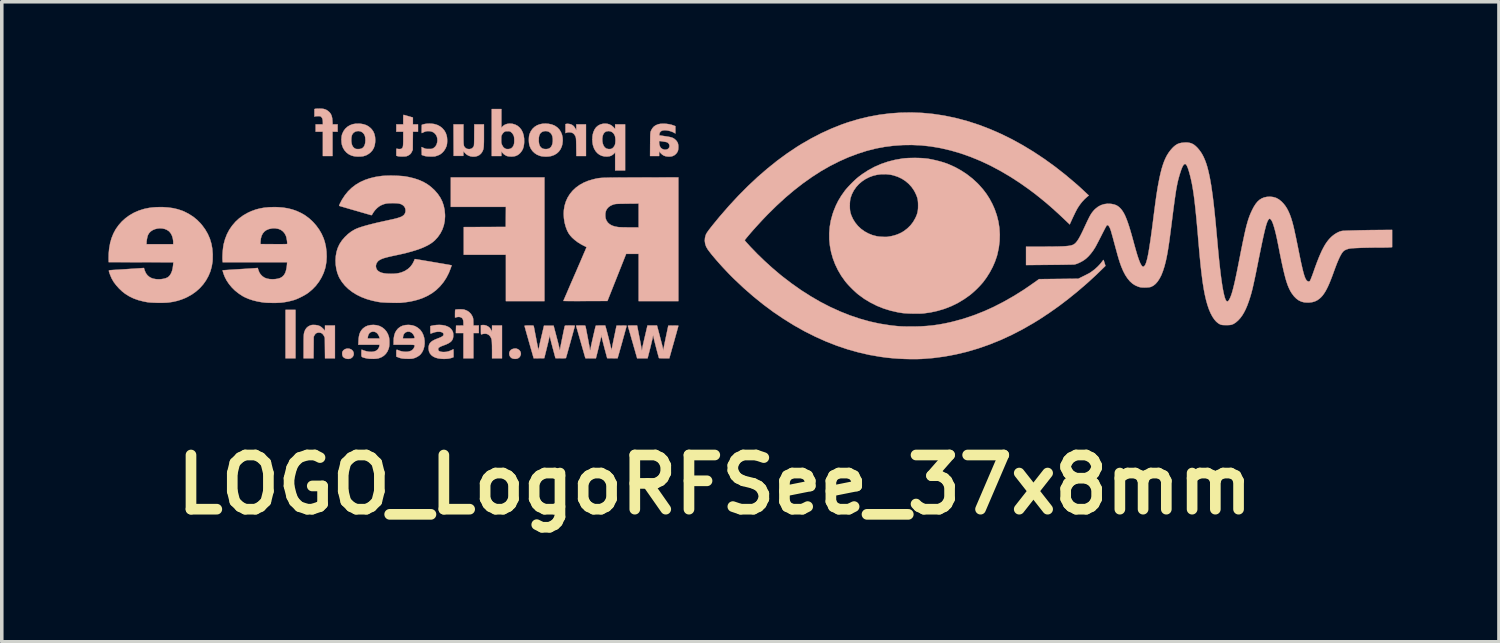
<source format=kicad_pcb>
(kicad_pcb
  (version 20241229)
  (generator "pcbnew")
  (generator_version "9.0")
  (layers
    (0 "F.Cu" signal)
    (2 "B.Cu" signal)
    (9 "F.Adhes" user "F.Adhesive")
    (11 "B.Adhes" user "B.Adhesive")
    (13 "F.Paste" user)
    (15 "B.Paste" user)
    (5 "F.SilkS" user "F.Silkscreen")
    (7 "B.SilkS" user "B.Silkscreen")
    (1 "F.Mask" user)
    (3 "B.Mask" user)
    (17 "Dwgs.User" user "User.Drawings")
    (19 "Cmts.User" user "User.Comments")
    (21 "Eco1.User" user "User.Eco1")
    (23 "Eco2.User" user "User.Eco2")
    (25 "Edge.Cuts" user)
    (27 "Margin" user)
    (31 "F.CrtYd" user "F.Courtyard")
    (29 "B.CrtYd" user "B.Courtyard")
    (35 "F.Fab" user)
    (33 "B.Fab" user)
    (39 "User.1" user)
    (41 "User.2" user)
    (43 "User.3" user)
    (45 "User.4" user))
  (footprint "LOGO_LogoRFSee_37x8mm"
    (layer "F.Cu")
    (at 17.054 4.582)
    (property "Reference" "LOGO_LogoRFSee_37x8mm" (at 0 6 0) (layer "F.SilkS") (effects (font (size 1.524 1.524) (thickness 0.3))))
    (attr through_hole)
    (fp_poly (pts (xy -12.073 2.446) (xy -11.793 2.446) (xy -11.793 1.083) (xy -12.073 1.083) (xy -12.073 2.446)) (stroke (width 0.01) (type solid)) (fill yes) (layer "B.SilkS"))
    (fp_poly (pts (xy -7.424 -1.813) (xy -6.65 -1.813) (xy -5.875 -1.813) (xy -5.877 -1.531) (xy -5.879 -1.25) (xy -7.06 -1.245) (xy -7.06 -0.467) (xy -5.875 -0.467) (xy -5.875 0.837) (xy -4.791 0.837) (xy -4.791 -2.643) (xy -7.424 -2.643) (xy -7.424 -1.813)) (stroke (width 0.01) (type solid)) (fill yes) (layer "B.SilkS"))
    (fp_poly (pts (xy -10.367 2.177) (xy -10.41 2.194) (xy -10.447 2.222) (xy -10.469 2.253) (xy -10.479 2.286) (xy -10.48 2.326) (xy -10.473 2.366) (xy -10.459 2.399) (xy -10.457 2.401) (xy -10.427 2.43) (xy -10.386 2.45) (xy -10.34 2.461) (xy -10.292 2.462) (xy -10.247 2.452) (xy -10.234 2.446) (xy -10.195 2.417) (xy -10.168 2.38) (xy -10.155 2.338) (xy -10.156 2.294) (xy -10.172 2.251) (xy -10.191 2.224) (xy -10.228 2.195) (xy -10.272 2.177) (xy -10.32 2.171) (xy -10.367 2.177)) (stroke (width 0.01) (type solid)) (fill yes) (layer "B.SilkS"))
    (fp_poly (pts (xy -5.676 2.18) (xy -5.717 2.198) (xy -5.73 2.206) (xy -5.76 2.239) (xy -5.777 2.278) (xy -5.782 2.321) (xy -5.774 2.363) (xy -5.754 2.402) (xy -5.723 2.433) (xy -5.703 2.445) (xy -5.665 2.457) (xy -5.622 2.462) (xy -5.579 2.46) (xy -5.544 2.45) (xy -5.54 2.449) (xy -5.506 2.427) (xy -5.483 2.402) (xy -5.468 2.374) (xy -5.454 2.333) (xy -5.455 2.295) (xy -5.469 2.254) (xy -5.495 2.218) (xy -5.533 2.191) (xy -5.579 2.173) (xy -5.588 2.171) (xy -5.63 2.171) (xy -5.676 2.18)) (stroke (width 0.01) (type solid)) (fill yes) (layer "B.SilkS"))
    (fp_poly (pts (xy -4.176 -4.147) (xy -4.177 -4.146) (xy -4.199 -4.141) (xy -4.199 -3.888) (xy -4.169 -3.9) (xy -4.144 -3.907) (xy -4.111 -3.912) (xy -4.091 -3.912) (xy -4.034 -3.905) (xy -3.987 -3.885) (xy -3.95 -3.85) (xy -3.92 -3.801) (xy -3.914 -3.785) (xy -3.909 -3.771) (xy -3.906 -3.754) (xy -3.903 -3.732) (xy -3.901 -3.701) (xy -3.899 -3.661) (xy -3.898 -3.609) (xy -3.896 -3.544) (xy -3.896 -3.496) (xy -3.892 -3.244) (xy -3.623 -3.244) (xy -3.623 -4.133) (xy -3.894 -4.133) (xy -3.894 -4.05) (xy -3.894 -3.968) (xy -3.92 -4.014) (xy -3.945 -4.055) (xy -3.969 -4.085) (xy -3.999 -4.109) (xy -4.019 -4.122) (xy -4.053 -4.136) (xy -4.096 -4.146) (xy -4.139 -4.15) (xy -4.176 -4.147)) (stroke (width 0.01) (type solid)) (fill yes) (layer "B.SilkS"))
    (fp_poly (pts (xy -6.541 1.511) (xy -6.578 1.517) (xy -6.578 1.648) (xy -6.578 1.697) (xy -6.577 1.733) (xy -6.576 1.755) (xy -6.573 1.768) (xy -6.57 1.773) (xy -6.565 1.773) (xy -6.563 1.773) (xy -6.525 1.761) (xy -6.481 1.755) (xy -6.44 1.754) (xy -6.431 1.755) (xy -6.382 1.771) (xy -6.341 1.8) (xy -6.307 1.843) (xy -6.283 1.895) (xy -6.274 1.932) (xy -6.271 1.956) (xy -6.269 1.994) (xy -6.267 2.044) (xy -6.265 2.103) (xy -6.265 2.168) (xy -6.264 2.216) (xy -6.264 2.446) (xy -5.985 2.446) (xy -5.985 1.523) (xy -6.264 1.523) (xy -6.265 1.61) (xy -6.265 1.697) (xy -6.29 1.65) (xy -6.308 1.621) (xy -6.327 1.593) (xy -6.339 1.58) (xy -6.379 1.548) (xy -6.429 1.524) (xy -6.484 1.511) (xy -6.536 1.51) (xy -6.541 1.511)) (stroke (width 0.01) (type solid)) (fill yes) (layer "B.SilkS"))
    (fp_poly (pts (xy -11.154 -4.576) (xy -11.192 -4.575) (xy -11.221 -4.573) (xy -11.236 -4.571) (xy -11.26 -4.564) (xy -11.26 -4.352) (xy -11.241 -4.359) (xy -11.223 -4.362) (xy -11.194 -4.364) (xy -11.161 -4.365) (xy -11.156 -4.365) (xy -11.122 -4.365) (xy -11.101 -4.363) (xy -11.085 -4.357) (xy -11.072 -4.347) (xy -11.065 -4.339) (xy -11.045 -4.313) (xy -11.032 -4.28) (xy -11.025 -4.236) (xy -11.023 -4.19) (xy -11.023 -4.133) (xy -11.226 -4.133) (xy -11.226 -3.929) (xy -11.023 -3.929) (xy -11.023 -3.244) (xy -10.752 -3.244) (xy -10.752 -3.929) (xy -10.608 -3.929) (xy -10.608 -4.133) (xy -10.749 -4.133) (xy -10.754 -4.232) (xy -10.761 -4.309) (xy -10.776 -4.372) (xy -10.8 -4.426) (xy -10.833 -4.471) (xy -10.876 -4.509) (xy -10.917 -4.537) (xy -10.958 -4.556) (xy -11.004 -4.569) (xy -11.058 -4.575) (xy -11.112 -4.577) (xy -11.154 -4.576)) (stroke (width 0.01) (type solid)) (fill yes) (layer "B.SilkS"))
    (fp_poly (pts (xy -11.324 1.508) (xy -11.351 1.513) (xy -11.378 1.522) (xy -11.381 1.523) (xy -11.438 1.552) (xy -11.484 1.593) (xy -11.52 1.646) (xy -11.546 1.713) (xy -11.552 1.737) (xy -11.555 1.755) (xy -11.558 1.778) (xy -11.56 1.808) (xy -11.562 1.846) (xy -11.563 1.895) (xy -11.564 1.955) (xy -11.564 2.03) (xy -11.564 2.118) (xy -11.565 2.446) (xy -11.286 2.446) (xy -11.283 2.143) (xy -11.281 1.841) (xy -11.26 1.798) (xy -11.234 1.76) (xy -11.201 1.735) (xy -11.159 1.724) (xy -11.132 1.722) (xy -11.084 1.729) (xy -11.044 1.748) (xy -11.012 1.783) (xy -10.992 1.817) (xy -10.968 1.866) (xy -10.965 2.156) (xy -10.962 2.446) (xy -10.684 2.446) (xy -10.684 1.523) (xy -10.963 1.523) (xy -10.963 1.67) (xy -11.01 1.618) (xy -11.06 1.571) (xy -11.112 1.538) (xy -11.17 1.518) (xy -11.238 1.508) (xy -11.251 1.508) (xy -11.293 1.507) (xy -11.324 1.508)) (stroke (width 0.01) (type solid)) (fill yes) (layer "B.SilkS"))
    (fp_poly (pts (xy -7.202 1.068) (xy -7.241 1.07) (xy -7.272 1.072) (xy -7.292 1.076) (xy -7.296 1.078) (xy -7.3 1.088) (xy -7.304 1.112) (xy -7.305 1.151) (xy -7.306 1.192) (xy -7.306 1.3) (xy -7.261 1.289) (xy -7.229 1.283) (xy -7.197 1.281) (xy -7.184 1.282) (xy -7.141 1.293) (xy -7.109 1.313) (xy -7.087 1.344) (xy -7.074 1.387) (xy -7.069 1.444) (xy -7.069 1.453) (xy -7.069 1.523) (xy -7.172 1.525) (xy -7.276 1.527) (xy -7.279 1.631) (xy -7.281 1.735) (xy -7.069 1.735) (xy -7.069 2.446) (xy -6.789 2.446) (xy -6.789 1.735) (xy -6.637 1.735) (xy -6.637 1.523) (xy -6.788 1.523) (xy -6.791 1.419) (xy -6.792 1.374) (xy -6.795 1.341) (xy -6.799 1.316) (xy -6.805 1.294) (xy -6.815 1.27) (xy -6.821 1.259) (xy -6.86 1.195) (xy -6.911 1.144) (xy -6.973 1.104) (xy -7.045 1.077) (xy -7.061 1.073) (xy -7.086 1.07) (xy -7.121 1.068) (xy -7.161 1.067) (xy -7.202 1.068)) (stroke (width 0.01) (type solid)) (fill yes) (layer "B.SilkS"))
    (fp_poly (pts (xy -6.766 -3.834) (xy -6.766 -3.755) (xy -6.767 -3.691) (xy -6.768 -3.64) (xy -6.769 -3.601) (xy -6.771 -3.571) (xy -6.772 -3.549) (xy -6.775 -3.533) (xy -6.778 -3.522) (xy -6.782 -3.512) (xy -6.786 -3.506) (xy -6.815 -3.47) (xy -6.851 -3.448) (xy -6.898 -3.439) (xy -6.91 -3.438) (xy -6.956 -3.443) (xy -6.993 -3.457) (xy -7.024 -3.482) (xy -7.024 -3.482) (xy -7.035 -3.495) (xy -7.045 -3.508) (xy -7.052 -3.524) (xy -7.058 -3.542) (xy -7.062 -3.567) (xy -7.065 -3.599) (xy -7.067 -3.641) (xy -7.068 -3.693) (xy -7.069 -3.759) (xy -7.069 -3.839) (xy -7.069 -3.849) (xy -7.069 -4.133) (xy -7.348 -4.133) (xy -7.346 -3.69) (xy -7.344 -3.248) (xy -7.073 -3.248) (xy -7.07 -3.314) (xy -7.068 -3.381) (xy -7.04 -3.344) (xy -6.993 -3.296) (xy -6.937 -3.26) (xy -6.873 -3.236) (xy -6.805 -3.226) (xy -6.735 -3.229) (xy -6.681 -3.243) (xy -6.624 -3.27) (xy -6.578 -3.31) (xy -6.546 -3.353) (xy -6.534 -3.376) (xy -6.523 -3.398) (xy -6.514 -3.422) (xy -6.507 -3.45) (xy -6.502 -3.483) (xy -6.498 -3.523) (xy -6.496 -3.572) (xy -6.494 -3.631) (xy -6.493 -3.704) (xy -6.493 -3.791) (xy -6.493 -3.823) (xy -6.493 -4.133) (xy -6.763 -4.133) (xy -6.766 -3.834)) (stroke (width 0.01) (type solid)) (fill yes) (layer "B.SilkS"))
    (fp_poly (pts (xy -8.757 -4.397) (xy -8.759 -4.386) (xy -8.761 -4.367) (xy -8.762 -4.335) (xy -8.762 -4.291) (xy -8.762 -4.269) (xy -8.762 -4.133) (xy -8.957 -4.133) (xy -8.957 -3.929) (xy -8.762 -3.929) (xy -8.762 -3.731) (xy -8.762 -3.658) (xy -8.764 -3.6) (xy -8.766 -3.554) (xy -8.77 -3.52) (xy -8.776 -3.495) (xy -8.785 -3.476) (xy -8.796 -3.462) (xy -8.81 -3.451) (xy -8.81 -3.451) (xy -8.832 -3.443) (xy -8.863 -3.44) (xy -8.898 -3.441) (xy -8.929 -3.446) (xy -8.942 -3.45) (xy -8.948 -3.452) (xy -8.952 -3.448) (xy -8.955 -3.437) (xy -8.956 -3.415) (xy -8.957 -3.38) (xy -8.957 -3.355) (xy -8.957 -3.254) (xy -8.929 -3.243) (xy -8.902 -3.237) (xy -8.862 -3.232) (xy -8.815 -3.23) (xy -8.767 -3.23) (xy -8.721 -3.232) (xy -8.683 -3.236) (xy -8.665 -3.24) (xy -8.623 -3.258) (xy -8.583 -3.283) (xy -8.553 -3.31) (xy -8.552 -3.311) (xy -8.542 -3.326) (xy -8.529 -3.349) (xy -8.518 -3.371) (xy -8.495 -3.417) (xy -8.493 -3.673) (xy -8.49 -3.929) (xy -8.347 -3.929) (xy -8.347 -4.133) (xy -8.491 -4.133) (xy -8.491 -4.327) (xy -8.55 -4.344) (xy -8.591 -4.356) (xy -8.637 -4.369) (xy -8.671 -4.379) (xy -8.703 -4.388) (xy -8.73 -4.396) (xy -8.746 -4.4) (xy -8.747 -4.4) (xy -8.753 -4.401) (xy -8.757 -4.397)) (stroke (width 0.01) (type solid)) (fill yes) (layer "B.SilkS"))
    (fp_poly (pts (xy -3.145 -4.151) (xy -3.218 -4.132) (xy -3.282 -4.099) (xy -3.336 -4.053) (xy -3.379 -3.994) (xy -3.412 -3.921) (xy -3.433 -3.845) (xy -3.441 -3.785) (xy -3.443 -3.717) (xy -3.441 -3.646) (xy -3.433 -3.58) (xy -3.423 -3.536) (xy -3.394 -3.454) (xy -3.353 -3.383) (xy -3.302 -3.325) (xy -3.242 -3.279) (xy -3.173 -3.248) (xy -3.098 -3.231) (xy -3.026 -3.229) (xy -2.964 -3.236) (xy -2.913 -3.253) (xy -2.868 -3.281) (xy -2.84 -3.306) (xy -2.802 -3.345) (xy -2.802 -2.837) (xy -2.522 -2.837) (xy -2.522 -3.685) (xy -2.793 -3.685) (xy -2.796 -3.631) (xy -2.802 -3.584) (xy -2.806 -3.567) (xy -2.825 -3.524) (xy -2.852 -3.487) (xy -2.883 -3.459) (xy -2.899 -3.45) (xy -2.939 -3.44) (xy -2.985 -3.439) (xy -3.03 -3.448) (xy -3.056 -3.458) (xy -3.094 -3.487) (xy -3.125 -3.53) (xy -3.147 -3.584) (xy -3.161 -3.647) (xy -3.165 -3.717) (xy -3.163 -3.742) (xy -3.153 -3.809) (xy -3.133 -3.863) (xy -3.103 -3.904) (xy -3.063 -3.931) (xy -3.042 -3.938) (xy -2.987 -3.946) (xy -2.934 -3.938) (xy -2.888 -3.916) (xy -2.848 -3.881) (xy -2.819 -3.834) (xy -2.802 -3.785) (xy -2.796 -3.738) (xy -2.793 -3.685) (xy -2.522 -3.685) (xy -2.522 -4.133) (xy -2.802 -4.133) (xy -2.802 -4.004) (xy -2.843 -4.05) (xy -2.899 -4.099) (xy -2.962 -4.134) (xy -3.031 -4.152) (xy -3.107 -4.155) (xy -3.145 -4.151)) (stroke (width 0.01) (type solid)) (fill yes) (layer "B.SilkS"))
    (fp_poly (pts (xy -4.843 -4.152) (xy -4.917 -4.137) (xy -4.997 -4.108) (xy -5.067 -4.064) (xy -5.126 -4.009) (xy -5.173 -3.942) (xy -5.208 -3.865) (xy -5.22 -3.822) (xy -5.226 -3.778) (xy -5.229 -3.725) (xy -5.229 -3.667) (xy -5.225 -3.611) (xy -5.217 -3.563) (xy -5.211 -3.537) (xy -5.177 -3.457) (xy -5.13 -3.387) (xy -5.071 -3.329) (xy -5.001 -3.282) (xy -4.922 -3.25) (xy -4.887 -3.24) (xy -4.823 -3.231) (xy -4.752 -3.227) (xy -4.68 -3.23) (xy -4.615 -3.24) (xy -4.598 -3.244) (xy -4.516 -3.273) (xy -4.445 -3.315) (xy -4.386 -3.369) (xy -4.339 -3.435) (xy -4.305 -3.511) (xy -4.287 -3.577) (xy -4.278 -3.658) (xy -4.556 -3.658) (xy -4.566 -3.589) (xy -4.586 -3.532) (xy -4.615 -3.489) (xy -4.655 -3.458) (xy -4.675 -3.45) (xy -4.716 -3.441) (xy -4.764 -3.439) (xy -4.811 -3.444) (xy -4.849 -3.457) (xy -4.851 -3.457) (xy -4.89 -3.486) (xy -4.92 -3.526) (xy -4.94 -3.579) (xy -4.95 -3.646) (xy -4.952 -3.697) (xy -4.948 -3.766) (xy -4.937 -3.822) (xy -4.916 -3.866) (xy -4.893 -3.896) (xy -4.852 -3.925) (xy -4.803 -3.942) (xy -4.749 -3.946) (xy -4.696 -3.937) (xy -4.666 -3.925) (xy -4.622 -3.894) (xy -4.588 -3.85) (xy -4.567 -3.795) (xy -4.556 -3.727) (xy -4.556 -3.658) (xy -4.278 -3.658) (xy -4.276 -3.671) (xy -4.28 -3.761) (xy -4.298 -3.845) (xy -4.329 -3.921) (xy -4.372 -3.989) (xy -4.428 -4.047) (xy -4.496 -4.094) (xy -4.514 -4.103) (xy -4.587 -4.131) (xy -4.67 -4.149) (xy -4.757 -4.156) (xy -4.843 -4.152)) (stroke (width 0.01) (type solid)) (fill yes) (layer "B.SilkS"))
    (fp_poly (pts (xy -10.093 -4.154) (xy -10.181 -4.139) (xy -10.26 -4.11) (xy -10.33 -4.068) (xy -10.39 -4.014) (xy -10.439 -3.948) (xy -10.476 -3.871) (xy -10.486 -3.841) (xy -10.495 -3.796) (xy -10.5 -3.741) (xy -10.5 -3.681) (xy -10.497 -3.623) (xy -10.489 -3.571) (xy -10.487 -3.559) (xy -10.457 -3.476) (xy -10.414 -3.404) (xy -10.36 -3.343) (xy -10.294 -3.293) (xy -10.218 -3.257) (xy -10.155 -3.24) (xy -10.102 -3.232) (xy -10.039 -3.228) (xy -9.975 -3.229) (xy -9.916 -3.234) (xy -9.883 -3.239) (xy -9.803 -3.265) (xy -9.73 -3.307) (xy -9.679 -3.348) (xy -9.628 -3.406) (xy -9.59 -3.472) (xy -9.565 -3.546) (xy -9.552 -3.632) (xy -9.55 -3.684) (xy -9.826 -3.684) (xy -9.832 -3.61) (xy -9.848 -3.55) (xy -9.873 -3.503) (xy -9.909 -3.468) (xy -9.934 -3.455) (xy -9.966 -3.445) (xy -10.008 -3.439) (xy -10.052 -3.439) (xy -10.09 -3.443) (xy -10.106 -3.447) (xy -10.139 -3.467) (xy -10.171 -3.498) (xy -10.193 -3.532) (xy -10.211 -3.58) (xy -10.221 -3.637) (xy -10.224 -3.7) (xy -10.22 -3.762) (xy -10.209 -3.82) (xy -10.208 -3.821) (xy -10.187 -3.867) (xy -10.153 -3.903) (xy -10.112 -3.929) (xy -10.065 -3.943) (xy -10.015 -3.946) (xy -9.966 -3.937) (xy -9.92 -3.915) (xy -9.893 -3.892) (xy -9.863 -3.856) (xy -9.843 -3.815) (xy -9.831 -3.766) (xy -9.827 -3.705) (xy -9.826 -3.684) (xy -9.55 -3.684) (xy -9.549 -3.688) (xy -9.555 -3.78) (xy -9.573 -3.86) (xy -9.603 -3.931) (xy -9.646 -3.993) (xy -9.68 -4.029) (xy -9.739 -4.077) (xy -9.803 -4.112) (xy -9.874 -4.136) (xy -9.956 -4.151) (xy -9.998 -4.155) (xy -10.093 -4.154)) (stroke (width 0.01) (type solid)) (fill yes) (layer "B.SilkS"))
    (fp_poly (pts (xy -8.09 -4.153) (xy -8.148 -4.146) (xy -8.195 -4.135) (xy -8.196 -4.135) (xy -8.241 -4.12) (xy -8.244 -4.003) (xy -8.244 -3.961) (xy -8.244 -3.926) (xy -8.242 -3.901) (xy -8.24 -3.889) (xy -8.239 -3.889) (xy -8.193 -3.911) (xy -8.158 -3.927) (xy -8.128 -3.936) (xy -8.1 -3.942) (xy -8.076 -3.944) (xy -8.007 -3.942) (xy -7.946 -3.926) (xy -7.894 -3.896) (xy -7.853 -3.855) (xy -7.822 -3.804) (xy -7.805 -3.744) (xy -7.801 -3.677) (xy -7.806 -3.632) (xy -7.824 -3.569) (xy -7.854 -3.517) (xy -7.898 -3.476) (xy -7.91 -3.468) (xy -7.93 -3.457) (xy -7.947 -3.449) (xy -7.967 -3.445) (xy -7.993 -3.443) (xy -8.03 -3.443) (xy -8.042 -3.443) (xy -8.083 -3.443) (xy -8.113 -3.445) (xy -8.137 -3.449) (xy -8.159 -3.457) (xy -8.186 -3.469) (xy -8.189 -3.47) (xy -8.246 -3.497) (xy -8.244 -3.385) (xy -8.241 -3.273) (xy -8.182 -3.253) (xy -8.152 -3.244) (xy -8.121 -3.238) (xy -8.086 -3.234) (xy -8.041 -3.231) (xy -8.013 -3.23) (xy -7.969 -3.23) (xy -7.931 -3.23) (xy -7.9 -3.231) (xy -7.882 -3.232) (xy -7.882 -3.232) (xy -7.845 -3.241) (xy -7.804 -3.255) (xy -7.763 -3.271) (xy -7.731 -3.286) (xy -7.726 -3.289) (xy -7.668 -3.333) (xy -7.617 -3.389) (xy -7.575 -3.454) (xy -7.545 -3.524) (xy -7.539 -3.545) (xy -7.531 -3.59) (xy -7.527 -3.645) (xy -7.527 -3.705) (xy -7.531 -3.762) (xy -7.539 -3.809) (xy -7.566 -3.891) (xy -7.608 -3.964) (xy -7.662 -4.026) (xy -7.727 -4.077) (xy -7.803 -4.117) (xy -7.889 -4.143) (xy -7.907 -4.146) (xy -7.964 -4.153) (xy -8.027 -4.156) (xy -8.09 -4.153)) (stroke (width 0.01) (type solid)) (fill yes) (layer "B.SilkS"))
    (fp_poly (pts (xy -9.691 1.512) (xy -9.768 1.53) (xy -9.835 1.561) (xy -9.893 1.605) (xy -9.906 1.618) (xy -9.945 1.664) (xy -9.974 1.715) (xy -9.996 1.772) (xy -10.01 1.839) (xy -10.019 1.918) (xy -10.021 1.953) (xy -10.026 2.065) (xy -9.431 2.065) (xy -9.431 2.088) (xy -9.437 2.119) (xy -9.452 2.155) (xy -9.472 2.188) (xy -9.488 2.206) (xy -9.533 2.237) (xy -9.588 2.256) (xy -9.653 2.264) (xy -9.725 2.261) (xy -9.803 2.247) (xy -9.885 2.221) (xy -9.928 2.203) (xy -9.933 2.205) (xy -9.936 2.217) (xy -9.938 2.241) (xy -9.939 2.278) (xy -9.939 2.3) (xy -9.939 2.344) (xy -9.938 2.375) (xy -9.932 2.395) (xy -9.92 2.409) (xy -9.899 2.419) (xy -9.867 2.429) (xy -9.834 2.438) (xy -9.785 2.449) (xy -9.724 2.457) (xy -9.658 2.46) (xy -9.591 2.461) (xy -9.529 2.457) (xy -9.476 2.45) (xy -9.457 2.446) (xy -9.377 2.416) (xy -9.309 2.374) (xy -9.252 2.319) (xy -9.206 2.253) (xy -9.173 2.174) (xy -9.165 2.146) (xy -9.157 2.104) (xy -9.153 2.052) (xy -9.152 1.994) (xy -9.153 1.937) (xy -9.158 1.887) (xy -9.424 1.887) (xy -9.763 1.887) (xy -9.758 1.844) (xy -9.744 1.788) (xy -9.72 1.745) (xy -9.685 1.715) (xy -9.639 1.698) (xy -9.629 1.696) (xy -9.58 1.697) (xy -9.535 1.713) (xy -9.495 1.743) (xy -9.462 1.786) (xy -9.437 1.84) (xy -9.433 1.855) (xy -9.424 1.887) (xy -9.158 1.887) (xy -9.158 1.885) (xy -9.164 1.849) (xy -9.194 1.764) (xy -9.236 1.69) (xy -9.29 1.627) (xy -9.355 1.576) (xy -9.428 1.538) (xy -9.51 1.515) (xy -9.598 1.506) (xy -9.602 1.506) (xy -9.691 1.512)) (stroke (width 0.01) (type solid)) (fill yes) (layer "B.SilkS"))
    (fp_poly (pts (xy -6.273 -3.244) (xy -6.002 -3.244) (xy -6.002 -3.374) (xy -5.977 -3.34) (xy -5.935 -3.296) (xy -5.88 -3.26) (xy -5.854 -3.247) (xy -5.817 -3.237) (xy -5.77 -3.231) (xy -5.718 -3.229) (xy -5.667 -3.232) (xy -5.623 -3.239) (xy -5.611 -3.242) (xy -5.557 -3.264) (xy -5.514 -3.292) (xy -5.473 -3.329) (xy -5.466 -3.337) (xy -5.427 -3.388) (xy -5.397 -3.443) (xy -5.377 -3.507) (xy -5.365 -3.581) (xy -5.361 -3.633) (xy -5.362 -3.7) (xy -5.639 -3.7) (xy -5.64 -3.635) (xy -5.646 -3.583) (xy -5.66 -3.541) (xy -5.681 -3.505) (xy -5.692 -3.491) (xy -5.722 -3.463) (xy -5.756 -3.447) (xy -5.798 -3.44) (xy -5.82 -3.439) (xy -5.854 -3.44) (xy -5.881 -3.447) (xy -5.907 -3.461) (xy -5.91 -3.463) (xy -5.935 -3.482) (xy -5.955 -3.505) (xy -5.974 -3.538) (xy -5.978 -3.545) (xy -5.99 -3.571) (xy -5.998 -3.591) (xy -6.003 -3.612) (xy -6.005 -3.637) (xy -6.006 -3.671) (xy -6.006 -3.705) (xy -6.006 -3.749) (xy -6.005 -3.78) (xy -6.002 -3.802) (xy -5.997 -3.82) (xy -5.989 -3.838) (xy -5.982 -3.851) (xy -5.961 -3.882) (xy -5.935 -3.909) (xy -5.923 -3.919) (xy -5.902 -3.931) (xy -5.882 -3.939) (xy -5.857 -3.942) (xy -5.828 -3.942) (xy -5.794 -3.941) (xy -5.77 -3.938) (xy -5.75 -3.93) (xy -5.73 -3.916) (xy -5.692 -3.88) (xy -5.668 -3.841) (xy -5.656 -3.816) (xy -5.648 -3.794) (xy -5.644 -3.769) (xy -5.641 -3.737) (xy -5.639 -3.7) (xy -5.362 -3.7) (xy -5.362 -3.733) (xy -5.376 -3.825) (xy -5.401 -3.907) (xy -5.438 -3.979) (xy -5.485 -4.04) (xy -5.543 -4.09) (xy -5.61 -4.126) (xy -5.686 -4.149) (xy -5.701 -4.151) (xy -5.773 -4.156) (xy -5.841 -4.147) (xy -5.901 -4.126) (xy -5.951 -4.092) (xy -5.976 -4.067) (xy -6.002 -4.036) (xy -6.002 -4.564) (xy -6.273 -4.564) (xy -6.273 -3.244)) (stroke (width 0.01) (type solid)) (fill yes) (layer "B.SilkS"))
    (fp_poly (pts (xy -8.706 1.512) (xy -8.779 1.529) (xy -8.843 1.559) (xy -8.9 1.601) (xy -8.912 1.612) (xy -8.957 1.667) (xy -8.992 1.729) (xy -9.015 1.8) (xy -9.029 1.882) (xy -9.033 1.97) (xy -9.033 2.065) (xy -8.737 2.065) (xy -8.656 2.065) (xy -8.591 2.065) (xy -8.539 2.065) (xy -8.5 2.066) (xy -8.472 2.069) (xy -8.454 2.073) (xy -8.444 2.079) (xy -8.439 2.087) (xy -8.44 2.097) (xy -8.445 2.111) (xy -8.451 2.128) (xy -8.453 2.134) (xy -8.478 2.181) (xy -8.515 2.217) (xy -8.565 2.243) (xy -8.628 2.259) (xy -8.688 2.263) (xy -8.754 2.259) (xy -8.819 2.247) (xy -8.876 2.229) (xy -8.911 2.214) (xy -8.934 2.206) (xy -8.947 2.206) (xy -8.954 2.216) (xy -8.957 2.238) (xy -8.957 2.273) (xy -8.957 2.297) (xy -8.957 2.396) (xy -8.92 2.412) (xy -8.875 2.43) (xy -8.829 2.443) (xy -8.778 2.452) (xy -8.717 2.457) (xy -8.66 2.459) (xy -8.593 2.46) (xy -8.54 2.458) (xy -8.498 2.453) (xy -8.485 2.451) (xy -8.425 2.431) (xy -8.365 2.402) (xy -8.311 2.367) (xy -8.274 2.333) (xy -8.228 2.27) (xy -8.194 2.198) (xy -8.172 2.119) (xy -8.161 2.036) (xy -8.162 1.952) (xy -8.174 1.868) (xy -8.176 1.862) (xy -8.442 1.862) (xy -8.443 1.873) (xy -8.451 1.88) (xy -8.467 1.884) (xy -8.494 1.886) (xy -8.533 1.887) (xy -8.587 1.887) (xy -8.607 1.887) (xy -8.773 1.887) (xy -8.768 1.84) (xy -8.756 1.787) (xy -8.731 1.745) (xy -8.695 1.715) (xy -8.648 1.698) (xy -8.638 1.696) (xy -8.591 1.697) (xy -8.546 1.713) (xy -8.506 1.743) (xy -8.474 1.783) (xy -8.453 1.826) (xy -8.446 1.847) (xy -8.442 1.862) (xy -8.176 1.862) (xy -8.198 1.789) (xy -8.233 1.716) (xy -8.279 1.652) (xy -8.296 1.634) (xy -8.362 1.58) (xy -8.433 1.541) (xy -8.511 1.517) (xy -8.598 1.507) (xy -8.622 1.506) (xy -8.706 1.512)) (stroke (width 0.01) (type solid)) (fill yes) (layer "B.SilkS"))
    (fp_poly (pts (xy -7.826 1.509) (xy -7.907 1.519) (xy -7.968 1.532) (xy -8 1.541) (xy -8 1.647) (xy -8 1.691) (xy -7.999 1.721) (xy -7.997 1.739) (xy -7.994 1.748) (xy -7.989 1.75) (xy -7.985 1.749) (xy -7.97 1.744) (xy -7.945 1.735) (xy -7.913 1.724) (xy -7.907 1.721) (xy -7.853 1.707) (xy -7.799 1.699) (xy -7.748 1.698) (xy -7.703 1.704) (xy -7.667 1.717) (xy -7.642 1.736) (xy -7.635 1.746) (xy -7.628 1.772) (xy -7.633 1.796) (xy -7.65 1.818) (xy -7.681 1.84) (xy -7.726 1.862) (xy -7.788 1.886) (xy -7.788 1.886) (xy -7.866 1.917) (xy -7.929 1.949) (xy -7.977 1.983) (xy -8.012 2.021) (xy -8.035 2.064) (xy -8.047 2.113) (xy -8.05 2.17) (xy -8.049 2.182) (xy -8.038 2.249) (xy -8.012 2.308) (xy -7.972 2.357) (xy -7.919 2.397) (xy -7.853 2.428) (xy -7.775 2.449) (xy -7.684 2.46) (xy -7.619 2.462) (xy -7.573 2.461) (xy -7.527 2.458) (xy -7.487 2.454) (xy -7.466 2.45) (xy -7.432 2.442) (xy -7.399 2.433) (xy -7.38 2.426) (xy -7.348 2.413) (xy -7.348 2.302) (xy -7.348 2.261) (xy -7.349 2.227) (xy -7.35 2.203) (xy -7.351 2.192) (xy -7.351 2.192) (xy -7.36 2.195) (xy -7.38 2.204) (xy -7.404 2.216) (xy -7.478 2.247) (xy -7.549 2.264) (xy -7.622 2.269) (xy -7.675 2.266) (xy -7.72 2.257) (xy -7.752 2.244) (xy -7.771 2.226) (xy -7.772 2.225) (xy -7.778 2.206) (xy -7.78 2.184) (xy -7.776 2.165) (xy -7.762 2.147) (xy -7.736 2.129) (xy -7.698 2.11) (xy -7.645 2.089) (xy -7.636 2.086) (xy -7.557 2.056) (xy -7.493 2.026) (xy -7.444 1.995) (xy -7.407 1.962) (xy -7.381 1.926) (xy -7.364 1.884) (xy -7.356 1.835) (xy -7.355 1.797) (xy -7.356 1.757) (xy -7.36 1.728) (xy -7.367 1.703) (xy -7.377 1.68) (xy -7.41 1.629) (xy -7.453 1.587) (xy -7.509 1.554) (xy -7.579 1.528) (xy -7.6 1.523) (xy -7.667 1.511) (xy -7.745 1.506) (xy -7.826 1.509)) (stroke (width 0.01) (type solid)) (fill yes) (layer "B.SilkS"))
    (fp_poly (pts (xy -1.523 -4.15) (xy -1.587 -4.138) (xy -1.596 -4.135) (xy -1.661 -4.108) (xy -1.714 -4.071) (xy -1.757 -4.022) (xy -1.791 -3.959) (xy -1.796 -3.948) (xy -1.801 -3.935) (xy -1.805 -3.922) (xy -1.808 -3.908) (xy -1.81 -3.891) (xy -1.812 -3.868) (xy -1.814 -3.838) (xy -1.815 -3.799) (xy -1.816 -3.749) (xy -1.817 -3.687) (xy -1.817 -3.61) (xy -1.818 -3.572) (xy -1.82 -3.244) (xy -1.565 -3.244) (xy -1.565 -3.374) (xy -1.523 -3.326) (xy -1.479 -3.284) (xy -1.432 -3.255) (xy -1.38 -3.237) (xy -1.317 -3.229) (xy -1.308 -3.229) (xy -1.262 -3.229) (xy -1.226 -3.232) (xy -1.196 -3.239) (xy -1.186 -3.242) (xy -1.13 -3.27) (xy -1.086 -3.309) (xy -1.054 -3.353) (xy -1.041 -3.38) (xy -1.033 -3.404) (xy -1.028 -3.434) (xy -1.025 -3.473) (xy -1.025 -3.535) (xy -1.027 -3.545) (xy -1.274 -3.545) (xy -1.275 -3.506) (xy -1.281 -3.487) (xy -1.302 -3.454) (xy -1.335 -3.433) (xy -1.375 -3.422) (xy -1.419 -3.423) (xy -1.464 -3.437) (xy -1.473 -3.441) (xy -1.514 -3.471) (xy -1.542 -3.513) (xy -1.559 -3.566) (xy -1.564 -3.604) (xy -1.565 -3.634) (xy -1.564 -3.656) (xy -1.561 -3.667) (xy -1.56 -3.667) (xy -1.542 -3.665) (xy -1.511 -3.661) (xy -1.474 -3.656) (xy -1.435 -3.649) (xy -1.397 -3.643) (xy -1.367 -3.637) (xy -1.349 -3.633) (xy -1.348 -3.633) (xy -1.313 -3.613) (xy -1.288 -3.582) (xy -1.274 -3.545) (xy -1.027 -3.545) (xy -1.033 -3.586) (xy -1.049 -3.629) (xy -1.075 -3.668) (xy -1.098 -3.693) (xy -1.125 -3.717) (xy -1.151 -3.737) (xy -1.181 -3.753) (xy -1.217 -3.766) (xy -1.261 -3.778) (xy -1.317 -3.788) (xy -1.386 -3.799) (xy -1.405 -3.802) (xy -1.561 -3.825) (xy -1.559 -3.858) (xy -1.549 -3.898) (xy -1.524 -3.931) (xy -1.497 -3.951) (xy -1.462 -3.963) (xy -1.415 -3.968) (xy -1.361 -3.966) (xy -1.303 -3.957) (xy -1.244 -3.941) (xy -1.187 -3.92) (xy -1.145 -3.899) (xy -1.108 -3.877) (xy -1.108 -4.083) (xy -1.14 -4.096) (xy -1.211 -4.121) (xy -1.289 -4.139) (xy -1.37 -4.15) (xy -1.45 -4.153) (xy -1.523 -4.15)) (stroke (width 0.01) (type solid)) (fill yes) (layer "B.SilkS"))
    (fp_poly (pts (xy -2.092 -2.64) (xy -2.253 -2.64) (xy -2.397 -2.64) (xy -2.526 -2.639) (xy -2.642 -2.639) (xy -2.744 -2.638) (xy -2.835 -2.638) (xy -2.914 -2.637) (xy -2.984 -2.636) (xy -3.044 -2.634) (xy -3.097 -2.633) (xy -3.142 -2.631) (xy -3.182 -2.629) (xy -3.217 -2.626) (xy -3.247 -2.623) (xy -3.275 -2.619) (xy -3.3 -2.615) (xy -3.325 -2.61) (xy -3.35 -2.605) (xy -3.375 -2.599) (xy -3.403 -2.592) (xy -3.428 -2.586) (xy -3.563 -2.546) (xy -3.688 -2.494) (xy -3.802 -2.43) (xy -3.905 -2.356) (xy -3.995 -2.272) (xy -4.072 -2.179) (xy -4.137 -2.077) (xy -4.187 -1.967) (xy -4.223 -1.85) (xy -4.244 -1.726) (xy -4.249 -1.622) (xy -4.243 -1.496) (xy -4.224 -1.373) (xy -4.193 -1.256) (xy -4.152 -1.148) (xy -4.112 -1.072) (xy -4.067 -1.009) (xy -4.008 -0.944) (xy -3.937 -0.881) (xy -3.856 -0.82) (xy -3.768 -0.765) (xy -3.686 -0.721) (xy -3.654 -0.706) (xy -3.628 -0.692) (xy -3.611 -0.684) (xy -3.607 -0.682) (xy -3.61 -0.674) (xy -3.619 -0.651) (xy -3.634 -0.615) (xy -3.654 -0.567) (xy -3.68 -0.508) (xy -3.71 -0.438) (xy -3.744 -0.359) (xy -3.781 -0.272) (xy -3.822 -0.178) (xy -3.865 -0.078) (xy -3.91 0.027) (xy -3.931 0.074) (xy -3.977 0.18) (xy -4.022 0.283) (xy -4.064 0.38) (xy -4.103 0.47) (xy -4.138 0.553) (xy -4.17 0.627) (xy -4.198 0.691) (xy -4.221 0.745) (xy -4.239 0.786) (xy -4.251 0.815) (xy -4.257 0.83) (xy -4.258 0.832) (xy -4.25 0.833) (xy -4.226 0.833) (xy -4.188 0.834) (xy -4.136 0.835) (xy -4.074 0.835) (xy -4.001 0.835) (xy -3.919 0.836) (xy -3.829 0.836) (xy -3.733 0.835) (xy -3.639 0.835) (xy -3.019 0.833) (xy -2.756 0.171) (xy -2.493 -0.492) (xy -2.317 -0.492) (xy -2.141 -0.492) (xy -2.141 0.837) (xy -1.024 0.837) (xy -1.024 -1.237) (xy -2.141 -1.237) (xy -2.397 -1.237) (xy -2.466 -1.237) (xy -2.532 -1.238) (xy -2.593 -1.239) (xy -2.647 -1.241) (xy -2.69 -1.243) (xy -2.72 -1.245) (xy -2.724 -1.246) (xy -2.815 -1.263) (xy -2.894 -1.29) (xy -2.959 -1.327) (xy -3.01 -1.374) (xy -3.047 -1.429) (xy -3.071 -1.494) (xy -3.079 -1.556) (xy -3.077 -1.633) (xy -3.061 -1.701) (xy -3.03 -1.759) (xy -2.986 -1.808) (xy -2.928 -1.848) (xy -2.855 -1.879) (xy -2.831 -1.886) (xy -2.815 -1.89) (xy -2.796 -1.893) (xy -2.771 -1.896) (xy -2.74 -1.898) (xy -2.699 -1.899) (xy -2.648 -1.901) (xy -2.585 -1.902) (xy -2.507 -1.903) (xy -2.461 -1.904) (xy -2.141 -1.907) (xy -2.141 -1.237) (xy -1.024 -1.237) (xy -1.024 -2.643) (xy -2.092 -2.64)) (stroke (width 0.01) (type solid)) (fill yes) (layer "B.SilkS"))
    (fp_poly (pts (xy -5.275 1.523) (xy -5.312 1.525) (xy -5.336 1.527) (xy -5.348 1.53) (xy -5.35 1.534) (xy -5.348 1.544) (xy -5.342 1.568) (xy -5.331 1.606) (xy -5.318 1.656) (xy -5.301 1.716) (xy -5.282 1.784) (xy -5.26 1.86) (xy -5.237 1.942) (xy -5.222 1.995) (xy -5.093 2.446) (xy -4.796 2.442) (xy -4.727 2.164) (xy -4.71 2.096) (xy -4.694 2.03) (xy -4.68 1.971) (xy -4.668 1.919) (xy -4.659 1.878) (xy -4.653 1.849) (xy -4.651 1.838) (xy -4.645 1.79) (xy -4.633 1.853) (xy -4.628 1.877) (xy -4.619 1.915) (xy -4.607 1.964) (xy -4.593 2.022) (xy -4.576 2.085) (xy -4.559 2.152) (xy -4.551 2.179) (xy -4.481 2.442) (xy -4.335 2.444) (xy -4.279 2.445) (xy -4.238 2.444) (xy -4.211 2.443) (xy -4.194 2.44) (xy -4.187 2.437) (xy -4.186 2.436) (xy -4.182 2.422) (xy -4.174 2.394) (xy -4.162 2.354) (xy -4.148 2.304) (xy -4.131 2.245) (xy -4.113 2.179) (xy -4.093 2.109) (xy -4.073 2.036) (xy -4.052 1.961) (xy -4.032 1.887) (xy -4.012 1.816) (xy -3.993 1.748) (xy -3.977 1.687) (xy -3.962 1.634) (xy -3.95 1.59) (xy -3.942 1.558) (xy -3.937 1.539) (xy -3.936 1.535) (xy -3.939 1.531) (xy -3.948 1.527) (xy -3.967 1.525) (xy -3.997 1.524) (xy -4.04 1.523) (xy -4.075 1.523) (xy -4.127 1.523) (xy -4.164 1.524) (xy -4.19 1.525) (xy -4.206 1.528) (xy -4.214 1.531) (xy -4.218 1.536) (xy -4.219 1.538) (xy -4.223 1.554) (xy -4.23 1.584) (xy -4.239 1.626) (xy -4.25 1.678) (xy -4.262 1.736) (xy -4.275 1.799) (xy -4.288 1.864) (xy -4.302 1.929) (xy -4.314 1.991) (xy -4.325 2.047) (xy -4.335 2.097) (xy -4.342 2.136) (xy -4.347 2.163) (xy -4.349 2.173) (xy -4.353 2.199) (xy -4.359 2.211) (xy -4.365 2.208) (xy -4.368 2.19) (xy -4.368 2.181) (xy -4.37 2.167) (xy -4.376 2.138) (xy -4.386 2.097) (xy -4.398 2.046) (xy -4.413 1.986) (xy -4.43 1.92) (xy -4.449 1.85) (xy -4.451 1.841) (xy -4.534 1.527) (xy -4.803 1.527) (xy -4.873 1.824) (xy -4.89 1.895) (xy -4.906 1.963) (xy -4.92 2.025) (xy -4.932 2.08) (xy -4.941 2.126) (xy -4.948 2.159) (xy -4.951 2.175) (xy -4.955 2.203) (xy -4.958 2.215) (xy -4.962 2.212) (xy -4.962 2.209) (xy -4.965 2.196) (xy -4.971 2.168) (xy -4.978 2.128) (xy -4.988 2.077) (xy -5 2.017) (xy -5.013 1.951) (xy -5.026 1.879) (xy -5.028 1.87) (xy -5.042 1.799) (xy -5.055 1.732) (xy -5.066 1.672) (xy -5.076 1.621) (xy -5.084 1.58) (xy -5.09 1.552) (xy -5.093 1.539) (xy -5.093 1.538) (xy -5.096 1.532) (xy -5.104 1.528) (xy -5.118 1.525) (xy -5.141 1.524) (xy -5.177 1.523) (xy -5.224 1.523) (xy -5.275 1.523)) (stroke (width 0.01) (type solid)) (fill yes) (layer "B.SilkS"))
    (fp_poly (pts (xy -1.966 1.835) (xy -1.983 1.906) (xy -1.998 1.973) (xy -2.012 2.033) (xy -2.023 2.085) (xy -2.032 2.127) (xy -2.038 2.156) (xy -2.04 2.171) (xy -2.04 2.172) (xy -2.043 2.196) (xy -2.048 2.213) (xy -2.053 2.223) (xy -2.055 2.218) (xy -2.056 2.205) (xy -2.057 2.191) (xy -2.062 2.162) (xy -2.069 2.121) (xy -2.079 2.07) (xy -2.09 2.009) (xy -2.103 1.941) (xy -2.117 1.869) (xy -2.121 1.851) (xy -2.185 1.523) (xy -2.316 1.523) (xy -2.366 1.523) (xy -2.401 1.524) (xy -2.424 1.525) (xy -2.437 1.527) (xy -2.443 1.531) (xy -2.443 1.536) (xy -2.443 1.538) (xy -2.44 1.549) (xy -2.432 1.574) (xy -2.421 1.613) (xy -2.407 1.663) (xy -2.39 1.723) (xy -2.37 1.791) (xy -2.349 1.866) (xy -2.326 1.947) (xy -2.318 1.972) (xy -2.295 2.054) (xy -2.273 2.132) (xy -2.252 2.203) (xy -2.234 2.268) (xy -2.218 2.323) (xy -2.205 2.367) (xy -2.196 2.399) (xy -2.191 2.416) (xy -2.191 2.418) (xy -2.183 2.446) (xy -1.89 2.446) (xy -1.819 2.169) (xy -1.802 2.101) (xy -1.787 2.037) (xy -1.773 1.978) (xy -1.761 1.928) (xy -1.752 1.888) (xy -1.747 1.861) (xy -1.745 1.851) (xy -1.741 1.825) (xy -1.735 1.809) (xy -1.73 1.806) (xy -1.727 1.816) (xy -1.726 1.829) (xy -1.724 1.842) (xy -1.718 1.869) (xy -1.709 1.908) (xy -1.698 1.956) (xy -1.684 2.01) (xy -1.669 2.07) (xy -1.653 2.132) (xy -1.637 2.194) (xy -1.621 2.254) (xy -1.606 2.309) (xy -1.593 2.357) (xy -1.582 2.396) (xy -1.574 2.424) (xy -1.569 2.438) (xy -1.569 2.439) (xy -1.559 2.441) (xy -1.536 2.443) (xy -1.501 2.445) (xy -1.458 2.446) (xy -1.421 2.446) (xy -1.278 2.446) (xy -1.27 2.414) (xy -1.266 2.4) (xy -1.258 2.371) (xy -1.246 2.329) (xy -1.231 2.276) (xy -1.214 2.214) (xy -1.194 2.143) (xy -1.172 2.066) (xy -1.149 1.985) (xy -1.142 1.96) (xy -1.119 1.878) (xy -1.098 1.802) (xy -1.078 1.732) (xy -1.061 1.669) (xy -1.047 1.617) (xy -1.035 1.575) (xy -1.028 1.546) (xy -1.024 1.532) (xy -1.024 1.53) (xy -1.032 1.528) (xy -1.054 1.526) (xy -1.087 1.525) (xy -1.129 1.525) (xy -1.165 1.525) (xy -1.307 1.527) (xy -1.372 1.836) (xy -1.387 1.908) (xy -1.401 1.976) (xy -1.414 2.039) (xy -1.425 2.093) (xy -1.434 2.138) (xy -1.44 2.17) (xy -1.443 2.188) (xy -1.45 2.23) (xy -1.456 2.183) (xy -1.46 2.164) (xy -1.468 2.131) (xy -1.478 2.086) (xy -1.492 2.031) (xy -1.508 1.97) (xy -1.525 1.904) (xy -1.536 1.862) (xy -1.553 1.795) (xy -1.57 1.732) (xy -1.585 1.675) (xy -1.598 1.626) (xy -1.608 1.588) (xy -1.615 1.563) (xy -1.617 1.555) (xy -1.625 1.523) (xy -1.893 1.523) (xy -1.966 1.835)) (stroke (width 0.01) (type solid)) (fill yes) (layer "B.SilkS"))
    (fp_poly (pts (xy -15.713 -1.804) (xy -15.815 -1.797) (xy -15.912 -1.784) (xy -16.007 -1.765) (xy -16.056 -1.754) (xy -16.198 -1.709) (xy -16.332 -1.651) (xy -16.457 -1.58) (xy -16.572 -1.497) (xy -16.676 -1.403) (xy -16.769 -1.298) (xy -16.849 -1.185) (xy -16.915 -1.062) (xy -16.967 -0.932) (xy -16.97 -0.924) (xy -17.007 -0.787) (xy -17.033 -0.643) (xy -17.047 -0.495) (xy -17.049 -0.352) (xy -17.047 -0.259) (xy -16.137 -0.257) (xy -15.228 -0.255) (xy -15.234 -0.182) (xy -15.246 -0.091) (xy -15.266 -0.01) (xy -15.294 0.059) (xy -15.329 0.115) (xy -15.371 0.157) (xy -15.387 0.168) (xy -15.439 0.192) (xy -15.502 0.209) (xy -15.573 0.22) (xy -15.647 0.223) (xy -15.72 0.219) (xy -15.787 0.207) (xy -15.834 0.193) (xy -15.901 0.158) (xy -15.957 0.11) (xy -16.001 0.051) (xy -16.033 -0.021) (xy -16.036 -0.031) (xy -16.056 -0.095) (xy -16.128 -0.09) (xy -16.179 -0.086) (xy -16.243 -0.082) (xy -16.318 -0.077) (xy -16.4 -0.072) (xy -16.487 -0.066) (xy -16.574 -0.06) (xy -16.658 -0.055) (xy -16.738 -0.05) (xy -16.808 -0.046) (xy -16.867 -0.042) (xy -16.926 -0.039) (xy -16.97 -0.035) (xy -17.002 -0.033) (xy -17.023 -0.03) (xy -17.035 -0.026) (xy -17.041 -0.022) (xy -17.042 -0.017) (xy -17.042 -0.017) (xy -17.039 0.002) (xy -17.03 0.032) (xy -17.017 0.071) (xy -17 0.113) (xy -16.982 0.156) (xy -16.965 0.196) (xy -16.955 0.215) (xy -16.902 0.305) (xy -16.834 0.394) (xy -16.756 0.481) (xy -16.671 0.562) (xy -16.587 0.628) (xy -16.473 0.7) (xy -16.348 0.761) (xy -16.211 0.81) (xy -16.061 0.848) (xy -15.959 0.867) (xy -15.91 0.873) (xy -15.848 0.878) (xy -15.777 0.881) (xy -15.7 0.884) (xy -15.621 0.885) (xy -15.544 0.885) (xy -15.473 0.883) (xy -15.411 0.88) (xy -15.364 0.876) (xy -15.234 0.856) (xy -15.116 0.829) (xy -15.005 0.794) (xy -14.896 0.751) (xy -14.837 0.723) (xy -14.708 0.651) (xy -14.591 0.567) (xy -14.484 0.472) (xy -14.39 0.367) (xy -14.309 0.253) (xy -14.242 0.132) (xy -14.188 0.004) (xy -14.15 -0.131) (xy -14.127 -0.27) (xy -14.123 -0.322) (xy -14.121 -0.483) (xy -14.133 -0.636) (xy -14.156 -0.763) (xy -15.231 -0.763) (xy -15.984 -0.763) (xy -15.984 -0.8) (xy -15.981 -0.842) (xy -15.974 -0.892) (xy -15.964 -0.944) (xy -15.952 -0.992) (xy -15.939 -1.028) (xy -15.906 -1.081) (xy -15.862 -1.125) (xy -15.807 -1.161) (xy -15.745 -1.187) (xy -15.678 -1.204) (xy -15.609 -1.211) (xy -15.54 -1.207) (xy -15.473 -1.193) (xy -15.41 -1.167) (xy -15.356 -1.131) (xy -15.339 -1.115) (xy -15.298 -1.064) (xy -15.266 -1.001) (xy -15.244 -0.929) (xy -15.232 -0.853) (xy -15.231 -0.816) (xy -15.231 -0.763) (xy -14.156 -0.763) (xy -14.16 -0.782) (xy -14.202 -0.921) (xy -14.26 -1.053) (xy -14.333 -1.179) (xy -14.422 -1.3) (xy -14.458 -1.343) (xy -14.56 -1.447) (xy -14.674 -1.539) (xy -14.798 -1.618) (xy -14.93 -1.685) (xy -14.985 -1.707) (xy -15.107 -1.747) (xy -15.235 -1.777) (xy -15.372 -1.796) (xy -15.519 -1.806) (xy -15.599 -1.807) (xy -15.713 -1.804)) (stroke (width 0.01) (type solid)) (fill yes) (layer "B.SilkS"))
    (fp_poly (pts (xy -3.257 1.523) (xy -3.296 1.525) (xy -3.326 1.526) (xy -3.343 1.528) (xy -3.347 1.53) (xy -3.35 1.541) (xy -3.357 1.566) (xy -3.367 1.604) (xy -3.378 1.652) (xy -3.391 1.707) (xy -3.405 1.767) (xy -3.42 1.831) (xy -3.434 1.896) (xy -3.449 1.959) (xy -3.462 2.019) (xy -3.474 2.073) (xy -3.483 2.119) (xy -3.491 2.155) (xy -3.495 2.178) (xy -3.496 2.186) (xy -3.498 2.206) (xy -3.503 2.217) (xy -3.504 2.217) (xy -3.511 2.21) (xy -3.513 2.195) (xy -3.514 2.183) (xy -3.519 2.157) (xy -3.525 2.119) (xy -3.534 2.071) (xy -3.545 2.015) (xy -3.556 1.954) (xy -3.568 1.89) (xy -3.581 1.825) (xy -3.593 1.761) (xy -3.605 1.701) (xy -3.615 1.647) (xy -3.624 1.602) (xy -3.632 1.566) (xy -3.637 1.543) (xy -3.637 1.542) (xy -3.639 1.535) (xy -3.644 1.53) (xy -3.653 1.526) (xy -3.67 1.524) (xy -3.697 1.523) (xy -3.736 1.523) (xy -3.772 1.523) (xy -3.822 1.523) (xy -3.857 1.524) (xy -3.88 1.525) (xy -3.893 1.527) (xy -3.899 1.531) (xy -3.899 1.536) (xy -3.899 1.538) (xy -3.895 1.551) (xy -3.887 1.578) (xy -3.876 1.617) (xy -3.861 1.667) (xy -3.845 1.725) (xy -3.826 1.79) (xy -3.806 1.86) (xy -3.785 1.933) (xy -3.764 2.007) (xy -3.743 2.081) (xy -3.722 2.153) (xy -3.703 2.22) (xy -3.685 2.282) (xy -3.67 2.337) (xy -3.657 2.381) (xy -3.647 2.415) (xy -3.641 2.436) (xy -3.64 2.442) (xy -3.632 2.444) (xy -3.609 2.445) (xy -3.576 2.445) (xy -3.533 2.446) (xy -3.492 2.446) (xy -3.344 2.446) (xy -3.336 2.414) (xy -3.325 2.374) (xy -3.313 2.324) (xy -3.298 2.267) (xy -3.283 2.205) (xy -3.267 2.141) (xy -3.252 2.077) (xy -3.237 2.016) (xy -3.223 1.959) (xy -3.212 1.91) (xy -3.203 1.87) (xy -3.197 1.843) (xy -3.195 1.832) (xy -3.188 1.79) (xy -3.181 1.841) (xy -3.177 1.861) (xy -3.169 1.895) (xy -3.158 1.941) (xy -3.144 1.997) (xy -3.128 2.059) (xy -3.111 2.125) (xy -3.1 2.167) (xy -3.026 2.442) (xy -2.88 2.444) (xy -2.735 2.446) (xy -2.726 2.419) (xy -2.721 2.4) (xy -2.712 2.368) (xy -2.699 2.324) (xy -2.684 2.271) (xy -2.667 2.21) (xy -2.648 2.143) (xy -2.628 2.072) (xy -2.607 1.998) (xy -2.587 1.924) (xy -2.567 1.851) (xy -2.547 1.782) (xy -2.53 1.717) (xy -2.514 1.66) (xy -2.5 1.61) (xy -2.49 1.572) (xy -2.483 1.545) (xy -2.48 1.533) (xy -2.48 1.533) (xy -2.485 1.529) (xy -2.5 1.526) (xy -2.527 1.525) (xy -2.568 1.524) (xy -2.621 1.525) (xy -2.763 1.527) (xy -2.828 1.841) (xy -2.843 1.912) (xy -2.857 1.978) (xy -2.869 2.039) (xy -2.879 2.09) (xy -2.887 2.131) (xy -2.892 2.16) (xy -2.895 2.174) (xy -2.895 2.175) (xy -2.898 2.197) (xy -2.903 2.209) (xy -2.909 2.214) (xy -2.911 2.204) (xy -2.911 2.192) (xy -2.914 2.179) (xy -2.919 2.152) (xy -2.928 2.113) (xy -2.94 2.064) (xy -2.954 2.008) (xy -2.969 1.946) (xy -2.985 1.882) (xy -3.002 1.817) (xy -3.018 1.754) (xy -3.034 1.695) (xy -3.048 1.642) (xy -3.06 1.597) (xy -3.07 1.562) (xy -3.074 1.551) (xy -3.082 1.523) (xy -3.212 1.523) (xy -3.257 1.523)) (stroke (width 0.01) (type solid)) (fill yes) (layer "B.SilkS"))
    (fp_poly (pts (xy -12.535 -1.803) (xy -12.668 -1.791) (xy -12.791 -1.769) (xy -12.908 -1.739) (xy -13.022 -1.698) (xy -13.127 -1.651) (xy -13.255 -1.579) (xy -13.373 -1.494) (xy -13.479 -1.397) (xy -13.572 -1.289) (xy -13.653 -1.172) (xy -13.72 -1.045) (xy -13.773 -0.909) (xy -13.812 -0.766) (xy -13.816 -0.744) (xy -13.826 -0.685) (xy -13.834 -0.616) (xy -13.841 -0.544) (xy -13.845 -0.472) (xy -13.847 -0.406) (xy -13.847 -0.349) (xy -13.846 -0.329) (xy -13.84 -0.255) (xy -12.028 -0.255) (xy -12.033 -0.181) (xy -12.04 -0.12) (xy -12.051 -0.059) (xy -12.066 -0.002) (xy -12.083 0.045) (xy -12.089 0.057) (xy -12.123 0.111) (xy -12.166 0.153) (xy -12.22 0.185) (xy -12.285 0.206) (xy -12.362 0.218) (xy -12.432 0.222) (xy -12.52 0.218) (xy -12.595 0.204) (xy -12.66 0.18) (xy -12.715 0.144) (xy -12.751 0.111) (xy -12.785 0.071) (xy -12.81 0.03) (xy -12.83 -0.019) (xy -12.84 -0.046) (xy -12.855 -0.096) (xy -12.906 -0.091) (xy -12.925 -0.09) (xy -12.958 -0.087) (xy -13.005 -0.084) (xy -13.063 -0.08) (xy -13.13 -0.076) (xy -13.206 -0.071) (xy -13.288 -0.066) (xy -13.373 -0.061) (xy -13.398 -0.059) (xy -13.482 -0.054) (xy -13.562 -0.049) (xy -13.634 -0.044) (xy -13.698 -0.04) (xy -13.753 -0.036) (xy -13.795 -0.033) (xy -13.825 -0.031) (xy -13.84 -0.03) (xy -13.841 -0.029) (xy -13.841 -0.02) (xy -13.836 0.002) (xy -13.827 0.033) (xy -13.815 0.07) (xy -13.801 0.108) (xy -13.786 0.145) (xy -13.784 0.152) (xy -13.73 0.257) (xy -13.661 0.359) (xy -13.58 0.456) (xy -13.488 0.546) (xy -13.386 0.626) (xy -13.279 0.696) (xy -13.211 0.732) (xy -13.105 0.777) (xy -12.987 0.816) (xy -12.86 0.847) (xy -12.728 0.87) (xy -12.653 0.879) (xy -12.602 0.883) (xy -12.539 0.885) (xy -12.469 0.886) (xy -12.396 0.887) (xy -12.324 0.886) (xy -12.258 0.883) (xy -12.203 0.88) (xy -12.183 0.878) (xy -12.115 0.869) (xy -12.038 0.856) (xy -11.959 0.839) (xy -11.884 0.82) (xy -11.826 0.804) (xy -11.765 0.781) (xy -11.696 0.751) (xy -11.624 0.716) (xy -11.554 0.679) (xy -11.49 0.641) (xy -11.437 0.606) (xy -11.433 0.603) (xy -11.321 0.509) (xy -11.22 0.405) (xy -11.133 0.291) (xy -11.06 0.17) (xy -11.001 0.043) (xy -10.957 -0.09) (xy -10.946 -0.137) (xy -10.924 -0.271) (xy -10.916 -0.411) (xy -10.921 -0.552) (xy -10.938 -0.692) (xy -10.958 -0.781) (xy -12.025 -0.781) (xy -12.027 -0.77) (xy -12.036 -0.769) (xy -12.06 -0.767) (xy -12.098 -0.766) (xy -12.148 -0.765) (xy -12.207 -0.765) (xy -12.275 -0.765) (xy -12.349 -0.765) (xy -12.405 -0.765) (xy -12.779 -0.767) (xy -12.777 -0.83) (xy -12.768 -0.92) (xy -12.747 -0.998) (xy -12.714 -1.064) (xy -12.669 -1.118) (xy -12.612 -1.16) (xy -12.544 -1.189) (xy -12.464 -1.206) (xy -12.44 -1.209) (xy -12.355 -1.209) (xy -12.278 -1.196) (xy -12.21 -1.169) (xy -12.152 -1.129) (xy -12.104 -1.076) (xy -12.068 -1.012) (xy -12.056 -0.98) (xy -12.048 -0.952) (xy -12.041 -0.916) (xy -12.034 -0.877) (xy -12.029 -0.839) (xy -12.026 -0.806) (xy -12.025 -0.781) (xy -10.958 -0.781) (xy -10.969 -0.827) (xy -11.001 -0.926) (xy -11.057 -1.053) (xy -11.128 -1.175) (xy -11.212 -1.29) (xy -11.307 -1.397) (xy -11.411 -1.492) (xy -11.523 -1.575) (xy -11.629 -1.637) (xy -11.752 -1.694) (xy -11.878 -1.739) (xy -12.009 -1.772) (xy -12.147 -1.794) (xy -12.295 -1.805) (xy -12.39 -1.807) (xy -12.535 -1.803)) (stroke (width 0.01) (type solid)) (fill yes) (layer "B.SilkS"))
    (fp_poly (pts (xy 5.545 -3.189) (xy 5.451 -3.187) (xy 5.366 -3.182) (xy 5.293 -3.175) (xy 5.28 -3.173) (xy 5.07 -3.136) (xy 4.869 -3.085) (xy 4.677 -3.019) (xy 4.493 -2.939) (xy 4.317 -2.844) (xy 4.148 -2.734) (xy 4.04 -2.653) (xy 3.991 -2.612) (xy 3.935 -2.561) (xy 3.875 -2.504) (xy 3.816 -2.444) (xy 3.759 -2.384) (xy 3.708 -2.327) (xy 3.666 -2.277) (xy 3.658 -2.266) (xy 3.557 -2.124) (xy 3.471 -1.981) (xy 3.399 -1.834) (xy 3.337 -1.679) (xy 3.313 -1.607) (xy 3.265 -1.432) (xy 3.234 -1.254) (xy 3.22 -1.076) (xy 3.221 -0.897) (xy 3.239 -0.719) (xy 3.272 -0.543) (xy 3.321 -0.369) (xy 3.385 -0.2) (xy 3.464 -0.035) (xy 3.558 0.125) (xy 3.667 0.278) (xy 3.681 0.295) (xy 3.721 0.343) (xy 3.771 0.398) (xy 3.828 0.457) (xy 3.887 0.516) (xy 3.946 0.571) (xy 4 0.62) (xy 4.041 0.654) (xy 4.206 0.774) (xy 4.381 0.879) (xy 4.563 0.97) (xy 4.753 1.046) (xy 4.951 1.107) (xy 5.156 1.153) (xy 5.276 1.172) (xy 5.322 1.177) (xy 5.381 1.181) (xy 5.45 1.185) (xy 5.524 1.187) (xy 5.601 1.189) (xy 5.675 1.189) (xy 5.745 1.189) (xy 5.806 1.187) (xy 5.854 1.184) (xy 5.86 1.184) (xy 6.068 1.155) (xy 6.271 1.11) (xy 6.469 1.051) (xy 6.659 0.976) (xy 6.842 0.886) (xy 7.016 0.781) (xy 7.182 0.663) (xy 7.199 0.649) (xy 7.254 0.603) (xy 7.315 0.548) (xy 7.378 0.488) (xy 7.44 0.425) (xy 7.495 0.365) (xy 7.542 0.311) (xy 7.548 0.304) (xy 7.647 0.169) (xy 7.737 0.025) (xy 7.816 -0.123) (xy 7.882 -0.275) (xy 7.934 -0.426) (xy 7.95 -0.486) (xy 7.989 -0.67) (xy 8.011 -0.854) (xy 8.016 -1.038) (xy 8.005 -1.22) (xy 7.977 -1.4) (xy 7.932 -1.578) (xy 7.871 -1.752) (xy 7.825 -1.855) (xy 5.719 -1.855) (xy 5.718 -1.778) (xy 5.712 -1.713) (xy 5.701 -1.654) (xy 5.684 -1.597) (xy 5.659 -1.536) (xy 5.64 -1.495) (xy 5.579 -1.389) (xy 5.504 -1.292) (xy 5.416 -1.206) (xy 5.316 -1.131) (xy 5.28 -1.108) (xy 5.207 -1.069) (xy 5.132 -1.037) (xy 5.052 -1.011) (xy 4.963 -0.989) (xy 4.86 -0.972) (xy 4.857 -0.971) (xy 4.828 -0.969) (xy 4.786 -0.969) (xy 4.737 -0.97) (xy 4.685 -0.973) (xy 4.634 -0.977) (xy 4.589 -0.982) (xy 4.558 -0.987) (xy 4.435 -1.019) (xy 4.32 -1.065) (xy 4.213 -1.123) (xy 4.115 -1.194) (xy 4.027 -1.276) (xy 3.952 -1.368) (xy 3.889 -1.468) (xy 3.839 -1.577) (xy 3.814 -1.656) (xy 3.806 -1.701) (xy 3.8 -1.759) (xy 3.798 -1.823) (xy 3.798 -1.89) (xy 3.802 -1.955) (xy 3.808 -2.013) (xy 3.817 -2.06) (xy 3.817 -2.06) (xy 3.857 -2.172) (xy 3.91 -2.275) (xy 3.976 -2.37) (xy 4.053 -2.455) (xy 4.141 -2.53) (xy 4.238 -2.595) (xy 4.342 -2.648) (xy 4.453 -2.689) (xy 4.569 -2.717) (xy 4.689 -2.732) (xy 4.812 -2.733) (xy 4.936 -2.72) (xy 5.026 -2.7) (xy 5.147 -2.66) (xy 5.26 -2.607) (xy 5.363 -2.54) (xy 5.456 -2.461) (xy 5.537 -2.372) (xy 5.606 -2.272) (xy 5.636 -2.215) (xy 5.666 -2.151) (xy 5.688 -2.094) (xy 5.704 -2.041) (xy 5.713 -1.985) (xy 5.718 -1.922) (xy 5.719 -1.855) (xy 7.825 -1.855) (xy 7.808 -1.893) (xy 7.73 -2.04) (xy 7.643 -2.176) (xy 7.546 -2.304) (xy 7.436 -2.429) (xy 7.389 -2.478) (xy 7.249 -2.607) (xy 7.096 -2.726) (xy 6.934 -2.833) (xy 6.764 -2.928) (xy 6.588 -3.008) (xy 6.516 -3.036) (xy 6.427 -3.066) (xy 6.326 -3.095) (xy 6.22 -3.122) (xy 6.113 -3.146) (xy 6.012 -3.165) (xy 5.987 -3.169) (xy 5.915 -3.177) (xy 5.831 -3.184) (xy 5.738 -3.188) (xy 5.642 -3.19) (xy 5.545 -3.189)) (stroke (width 0.01) (type solid)) (fill yes) (layer "B.SilkS"))
    (fp_poly (pts (xy -9.189 -2.692) (xy -9.271 -2.689) (xy -9.342 -2.685) (xy -9.373 -2.682) (xy -9.543 -2.656) (xy -9.7 -2.618) (xy -9.846 -2.569) (xy -9.98 -2.507) (xy -10.102 -2.434) (xy -10.213 -2.348) (xy -10.314 -2.25) (xy -10.404 -2.139) (xy -10.485 -2.015) (xy -10.493 -2.001) (xy -10.517 -1.955) (xy -10.538 -1.915) (xy -10.554 -1.881) (xy -10.563 -1.856) (xy -10.565 -1.844) (xy -10.564 -1.843) (xy -10.556 -1.84) (xy -10.533 -1.833) (xy -10.496 -1.822) (xy -10.448 -1.808) (xy -10.389 -1.791) (xy -10.321 -1.771) (xy -10.246 -1.749) (xy -10.166 -1.726) (xy -10.117 -1.712) (xy -10.033 -1.688) (xy -9.954 -1.665) (xy -9.881 -1.644) (xy -9.816 -1.625) (xy -9.76 -1.609) (xy -9.715 -1.596) (xy -9.682 -1.586) (xy -9.663 -1.581) (xy -9.66 -1.58) (xy -9.649 -1.584) (xy -9.634 -1.603) (xy -9.617 -1.633) (xy -9.587 -1.68) (xy -9.547 -1.73) (xy -9.501 -1.777) (xy -9.452 -1.818) (xy -9.406 -1.848) (xy -9.397 -1.853) (xy -9.345 -1.876) (xy -9.297 -1.893) (xy -9.249 -1.906) (xy -9.196 -1.913) (xy -9.134 -1.917) (xy -9.06 -1.918) (xy -9.058 -1.918) (xy -8.986 -1.917) (xy -8.928 -1.913) (xy -8.881 -1.907) (xy -8.842 -1.896) (xy -8.807 -1.882) (xy -8.775 -1.862) (xy -8.771 -1.86) (xy -8.735 -1.825) (xy -8.71 -1.782) (xy -8.698 -1.734) (xy -8.698 -1.684) (xy -8.711 -1.636) (xy -8.737 -1.594) (xy -8.742 -1.589) (xy -8.768 -1.566) (xy -8.797 -1.546) (xy -8.835 -1.529) (xy -8.883 -1.512) (xy -8.902 -1.506) (xy -8.919 -1.5) (xy -8.935 -1.496) (xy -8.952 -1.491) (xy -8.971 -1.486) (xy -8.994 -1.48) (xy -9.023 -1.473) (xy -9.059 -1.465) (xy -9.103 -1.455) (xy -9.159 -1.443) (xy -9.226 -1.428) (xy -9.308 -1.41) (xy -9.367 -1.397) (xy -9.502 -1.367) (xy -9.628 -1.336) (xy -9.745 -1.306) (xy -9.85 -1.277) (xy -9.942 -1.249) (xy -10.021 -1.222) (xy -10.086 -1.196) (xy -10.121 -1.18) (xy -10.22 -1.122) (xy -10.315 -1.05) (xy -10.403 -0.966) (xy -10.482 -0.875) (xy -10.547 -0.777) (xy -10.56 -0.754) (xy -10.606 -0.654) (xy -10.639 -0.545) (xy -10.659 -0.429) (xy -10.667 -0.31) (xy -10.662 -0.19) (xy -10.645 -0.072) (xy -10.616 0.043) (xy -10.574 0.15) (xy -10.555 0.188) (xy -10.486 0.299) (xy -10.403 0.401) (xy -10.306 0.495) (xy -10.197 0.58) (xy -10.074 0.656) (xy -9.94 0.722) (xy -9.794 0.778) (xy -9.637 0.823) (xy -9.471 0.858) (xy -9.406 0.868) (xy -9.375 0.871) (xy -9.33 0.874) (xy -9.275 0.877) (xy -9.212 0.88) (xy -9.145 0.882) (xy -9.076 0.884) (xy -9.01 0.885) (xy -8.948 0.886) (xy -8.894 0.885) (xy -8.852 0.885) (xy -8.826 0.883) (xy -8.693 0.868) (xy -8.573 0.85) (xy -8.464 0.827) (xy -8.361 0.8) (xy -8.263 0.768) (xy -8.21 0.748) (xy -8.073 0.685) (xy -7.946 0.609) (xy -7.83 0.52) (xy -7.725 0.418) (xy -7.631 0.304) (xy -7.549 0.179) (xy -7.479 0.042) (xy -7.43 -0.083) (xy -7.4 -0.169) (xy -7.423 -0.174) (xy -7.44 -0.177) (xy -7.472 -0.183) (xy -7.515 -0.191) (xy -7.569 -0.2) (xy -7.632 -0.211) (xy -7.701 -0.223) (xy -7.776 -0.235) (xy -7.854 -0.249) (xy -7.933 -0.262) (xy -8.013 -0.276) (xy -8.09 -0.289) (xy -8.164 -0.301) (xy -8.233 -0.313) (xy -8.295 -0.323) (xy -8.347 -0.332) (xy -8.389 -0.339) (xy -8.419 -0.344) (xy -8.434 -0.346) (xy -8.436 -0.346) (xy -8.441 -0.338) (xy -8.449 -0.318) (xy -8.461 -0.291) (xy -8.461 -0.289) (xy -8.506 -0.203) (xy -8.564 -0.127) (xy -8.634 -0.064) (xy -8.715 -0.012) (xy -8.808 0.028) (xy -8.821 0.032) (xy -8.878 0.047) (xy -8.936 0.058) (xy -9.001 0.065) (xy -9.076 0.068) (xy -9.118 0.068) (xy -9.217 0.065) (xy -9.302 0.055) (xy -9.372 0.039) (xy -9.428 0.016) (xy -9.472 -0.014) (xy -9.505 -0.051) (xy -9.516 -0.073) (xy -9.531 -0.123) (xy -9.53 -0.175) (xy -9.514 -0.226) (xy -9.485 -0.27) (xy -9.461 -0.295) (xy -9.43 -0.317) (xy -9.392 -0.338) (xy -9.346 -0.358) (xy -9.288 -0.377) (xy -9.219 -0.396) (xy -9.136 -0.416) (xy -9.038 -0.438) (xy -9.016 -0.442) (xy -8.836 -0.481) (xy -8.672 -0.52) (xy -8.524 -0.56) (xy -8.391 -0.601) (xy -8.271 -0.643) (xy -8.166 -0.687) (xy -8.073 -0.732) (xy -7.992 -0.78) (xy -7.923 -0.83) (xy -7.873 -0.873) (xy -7.788 -0.967) (xy -7.717 -1.069) (xy -7.661 -1.179) (xy -7.621 -1.295) (xy -7.596 -1.417) (xy -7.587 -1.544) (xy -7.588 -1.6) (xy -7.6 -1.731) (xy -7.626 -1.852) (xy -7.665 -1.965) (xy -7.719 -2.072) (xy -7.789 -2.175) (xy -7.875 -2.275) (xy -7.884 -2.284) (xy -7.978 -2.371) (xy -8.081 -2.448) (xy -8.194 -2.514) (xy -8.319 -2.569) (xy -8.455 -2.615) (xy -8.604 -2.651) (xy -8.701 -2.669) (xy -8.763 -2.677) (xy -8.838 -2.683) (xy -8.921 -2.688) (xy -9.011 -2.691) (xy -9.101 -2.693) (xy -9.189 -2.692)) (stroke (width 0.01) (type solid)) (fill yes) (layer "B.SilkS"))
    (fp_poly (pts (xy 5.231 -4.463) (xy 4.929 -4.442) (xy 4.629 -4.404) (xy 4.331 -4.349) (xy 4.036 -4.278) (xy 3.743 -4.19) (xy 3.576 -4.132) (xy 3.289 -4.018) (xy 3.004 -3.889) (xy 2.721 -3.743) (xy 2.443 -3.583) (xy 2.312 -3.502) (xy 2.031 -3.314) (xy 1.752 -3.109) (xy 1.477 -2.888) (xy 1.203 -2.651) (xy 0.932 -2.397) (xy 0.663 -2.126) (xy 0.397 -1.839) (xy 0.133 -1.535) (xy -0.006 -1.366) (xy -0.068 -1.29) (xy -0.119 -1.225) (xy -0.161 -1.171) (xy -0.194 -1.125) (xy -0.22 -1.088) (xy -0.238 -1.057) (xy -0.25 -1.032) (xy -0.253 -1.026) (xy -0.275 -0.943) (xy -0.281 -0.859) (xy -0.27 -0.777) (xy -0.244 -0.698) (xy -0.201 -0.622) (xy -0.201 -0.622) (xy -0.153 -0.557) (xy -0.094 -0.481) (xy -0.025 -0.398) (xy 0.051 -0.309) (xy 0.133 -0.216) (xy 0.22 -0.12) (xy 0.31 -0.024) (xy 0.401 0.072) (xy 0.492 0.164) (xy 0.544 0.215) (xy 0.813 0.469) (xy 1.087 0.708) (xy 1.366 0.933) (xy 1.65 1.144) (xy 1.939 1.339) (xy 2.231 1.52) (xy 2.526 1.686) (xy 2.825 1.836) (xy 3.126 1.971) (xy 3.43 2.09) (xy 3.736 2.193) (xy 4.043 2.279) (xy 4.351 2.35) (xy 4.66 2.403) (xy 4.849 2.428) (xy 5.011 2.444) (xy 5.18 2.456) (xy 5.35 2.464) (xy 5.518 2.468) (xy 5.678 2.468) (xy 5.822 2.463) (xy 6.141 2.438) (xy 6.458 2.396) (xy 6.775 2.337) (xy 7.091 2.262) (xy 7.406 2.169) (xy 7.719 2.06) (xy 8.032 1.934) (xy 8.343 1.791) (xy 8.654 1.631) (xy 8.963 1.454) (xy 9.149 1.339) (xy 9.416 1.162) (xy 9.685 0.972) (xy 9.952 0.768) (xy 10.216 0.554) (xy 10.475 0.331) (xy 10.725 0.102) (xy 10.864 -0.033) (xy 10.988 -0.154) (xy 10.962 -0.238) (xy 10.951 -0.273) (xy 10.942 -0.301) (xy 10.935 -0.318) (xy 10.932 -0.322) (xy 10.925 -0.316) (xy 10.911 -0.299) (xy 10.894 -0.275) (xy 10.893 -0.274) (xy 10.839 -0.206) (xy 10.772 -0.135) (xy 10.698 -0.067) (xy 10.62 -0.006) (xy 10.555 0.039) (xy 10.533 0.052) (xy 10.5 0.069) (xy 10.458 0.091) (xy 10.411 0.115) (xy 10.368 0.136) (xy 10.225 0.207) (xy 9.672 0.213) (xy 9.12 0.219) (xy 8.97 0.326) (xy 8.687 0.521) (xy 8.403 0.698) (xy 8.12 0.859) (xy 7.837 1.004) (xy 7.553 1.131) (xy 7.268 1.242) (xy 6.983 1.337) (xy 6.698 1.414) (xy 6.638 1.429) (xy 6.463 1.467) (xy 6.296 1.497) (xy 6.133 1.52) (xy 5.969 1.536) (xy 5.8 1.547) (xy 5.621 1.552) (xy 5.538 1.552) (xy 5.44 1.552) (xy 5.355 1.551) (xy 5.28 1.549) (xy 5.211 1.546) (xy 5.143 1.541) (xy 5.074 1.534) (xy 4.999 1.526) (xy 4.916 1.516) (xy 4.906 1.514) (xy 4.629 1.47) (xy 4.352 1.409) (xy 4.075 1.331) (xy 3.797 1.237) (xy 3.521 1.127) (xy 3.245 1.001) (xy 2.971 0.86) (xy 2.699 0.702) (xy 2.429 0.53) (xy 2.162 0.342) (xy 1.897 0.139) (xy 1.833 0.087) (xy 1.615 -0.098) (xy 1.402 -0.291) (xy 1.196 -0.49) (xy 1.002 -0.691) (xy 0.895 -0.808) (xy 0.869 -0.838) (xy 0.853 -0.858) (xy 0.845 -0.871) (xy 0.845 -0.881) (xy 0.849 -0.888) (xy 0.895 -0.945) (xy 0.951 -1.012) (xy 1.015 -1.087) (xy 1.086 -1.168) (xy 1.161 -1.252) (xy 1.239 -1.337) (xy 1.317 -1.422) (xy 1.394 -1.503) (xy 1.468 -1.58) (xy 1.491 -1.604) (xy 1.738 -1.847) (xy 1.985 -2.074) (xy 2.233 -2.283) (xy 2.482 -2.477) (xy 2.732 -2.654) (xy 2.983 -2.816) (xy 3.236 -2.961) (xy 3.492 -3.091) (xy 3.749 -3.206) (xy 4.01 -3.305) (xy 4.274 -3.39) (xy 4.294 -3.395) (xy 4.533 -3.456) (xy 4.78 -3.502) (xy 5.033 -3.534) (xy 5.288 -3.552) (xy 5.544 -3.555) (xy 5.799 -3.544) (xy 6.05 -3.517) (xy 6.076 -3.514) (xy 6.355 -3.466) (xy 6.635 -3.401) (xy 6.916 -3.319) (xy 7.196 -3.22) (xy 7.476 -3.105) (xy 7.757 -2.973) (xy 8.038 -2.823) (xy 8.318 -2.658) (xy 8.599 -2.475) (xy 8.823 -2.317) (xy 8.996 -2.188) (xy 9.165 -2.054) (xy 9.334 -1.915) (xy 9.504 -1.767) (xy 9.678 -1.609) (xy 9.812 -1.483) (xy 9.983 -1.32) (xy 10.003 -1.365) (xy 10.04 -1.446) (xy 10.076 -1.524) (xy 10.111 -1.597) (xy 10.143 -1.664) (xy 10.172 -1.72) (xy 10.197 -1.765) (xy 10.207 -1.783) (xy 10.264 -1.869) (xy 10.329 -1.953) (xy 10.399 -2.029) (xy 10.47 -2.094) (xy 10.491 -2.111) (xy 10.52 -2.133) (xy 10.436 -2.212) (xy 10.381 -2.263) (xy 10.337 -2.305) (xy 10.299 -2.339) (xy 10.266 -2.37) (xy 10.234 -2.398) (xy 10.202 -2.427) (xy 10.165 -2.459) (xy 10.148 -2.474) (xy 9.856 -2.72) (xy 9.561 -2.951) (xy 9.264 -3.165) (xy 8.964 -3.364) (xy 8.662 -3.547) (xy 8.359 -3.714) (xy 8.054 -3.864) (xy 7.748 -3.998) (xy 7.441 -4.116) (xy 7.133 -4.217) (xy 6.824 -4.301) (xy 6.753 -4.318) (xy 6.448 -4.381) (xy 6.142 -4.427) (xy 5.838 -4.456) (xy 5.534 -4.468) (xy 5.231 -4.463)) (stroke (width 0.01) (type solid)) (fill yes) (layer "B.SilkS"))
    (fp_poly (pts (xy 13.205 -3.622) (xy 13.13 -3.615) (xy 13.066 -3.601) (xy 13.009 -3.578) (xy 12.955 -3.544) (xy 12.901 -3.498) (xy 12.868 -3.465) (xy 12.814 -3.403) (xy 12.764 -3.336) (xy 12.718 -3.262) (xy 12.676 -3.18) (xy 12.637 -3.089) (xy 12.601 -2.988) (xy 12.567 -2.875) (xy 12.535 -2.749) (xy 12.504 -2.608) (xy 12.474 -2.452) (xy 12.473 -2.447) (xy 12.457 -2.361) (xy 12.442 -2.266) (xy 12.425 -2.159) (xy 12.408 -2.04) (xy 12.39 -1.909) (xy 12.371 -1.763) (xy 12.35 -1.602) (xy 12.341 -1.533) (xy 12.318 -1.349) (xy 12.296 -1.18) (xy 12.275 -1.027) (xy 12.256 -0.889) (xy 12.237 -0.765) (xy 12.22 -0.655) (xy 12.204 -0.557) (xy 12.188 -0.471) (xy 12.173 -0.397) (xy 12.158 -0.334) (xy 12.143 -0.28) (xy 12.129 -0.236) (xy 12.115 -0.201) (xy 12.101 -0.174) (xy 12.086 -0.154) (xy 12.071 -0.14) (xy 12.07 -0.14) (xy 12.054 -0.131) (xy 12.042 -0.131) (xy 12.025 -0.142) (xy 12.025 -0.142) (xy 12.006 -0.162) (xy 11.985 -0.195) (xy 11.962 -0.241) (xy 11.938 -0.301) (xy 11.911 -0.375) (xy 11.882 -0.464) (xy 11.851 -0.569) (xy 11.817 -0.689) (xy 11.799 -0.754) (xy 11.758 -0.905) (xy 11.72 -1.041) (xy 11.685 -1.161) (xy 11.652 -1.269) (xy 11.62 -1.364) (xy 11.59 -1.447) (xy 11.561 -1.52) (xy 11.533 -1.584) (xy 11.504 -1.639) (xy 11.475 -1.687) (xy 11.446 -1.728) (xy 11.415 -1.765) (xy 11.383 -1.797) (xy 11.353 -1.822) (xy 11.304 -1.854) (xy 11.246 -1.877) (xy 11.176 -1.893) (xy 11.144 -1.898) (xy 11.045 -1.902) (xy 10.952 -1.89) (xy 10.864 -1.862) (xy 10.782 -1.819) (xy 10.706 -1.759) (xy 10.673 -1.727) (xy 10.648 -1.699) (xy 10.625 -1.671) (xy 10.603 -1.642) (xy 10.581 -1.608) (xy 10.558 -1.57) (xy 10.533 -1.524) (xy 10.506 -1.469) (xy 10.474 -1.404) (xy 10.438 -1.327) (xy 10.398 -1.241) (xy 10.35 -1.138) (xy 10.307 -1.05) (xy 10.268 -0.975) (xy 10.233 -0.913) (xy 10.2 -0.863) (xy 10.17 -0.823) (xy 10.141 -0.791) (xy 10.112 -0.768) (xy 10.104 -0.763) (xy 10.084 -0.751) (xy 10.06 -0.741) (xy 10.032 -0.732) (xy 9.998 -0.724) (xy 9.958 -0.717) (xy 9.911 -0.712) (xy 9.855 -0.707) (xy 9.789 -0.703) (xy 9.712 -0.701) (xy 9.624 -0.698) (xy 9.522 -0.697) (xy 9.406 -0.696) (xy 9.275 -0.695) (xy 9.206 -0.695) (xy 8.755 -0.695) (xy 8.755 -0.177) (xy 9.41 -0.183) (xy 9.515 -0.183) (xy 9.615 -0.184) (xy 9.711 -0.185) (xy 9.8 -0.186) (xy 9.88 -0.188) (xy 9.951 -0.189) (xy 10.011 -0.19) (xy 10.058 -0.191) (xy 10.091 -0.192) (xy 10.109 -0.192) (xy 10.11 -0.193) (xy 10.143 -0.2) (xy 10.187 -0.214) (xy 10.236 -0.235) (xy 10.289 -0.26) (xy 10.34 -0.288) (xy 10.377 -0.31) (xy 10.443 -0.359) (xy 10.51 -0.422) (xy 10.577 -0.498) (xy 10.641 -0.583) (xy 10.696 -0.669) (xy 10.711 -0.695) (xy 10.732 -0.733) (xy 10.757 -0.782) (xy 10.787 -0.838) (xy 10.818 -0.899) (xy 10.851 -0.962) (xy 10.866 -0.992) (xy 10.904 -1.067) (xy 10.936 -1.129) (xy 10.961 -1.178) (xy 10.981 -1.217) (xy 10.997 -1.246) (xy 11.009 -1.267) (xy 11.019 -1.282) (xy 11.026 -1.291) (xy 11.032 -1.296) (xy 11.037 -1.299) (xy 11.039 -1.3) (xy 11.057 -1.298) (xy 11.077 -1.281) (xy 11.098 -1.249) (xy 11.12 -1.203) (xy 11.141 -1.144) (xy 11.146 -1.127) (xy 11.153 -1.102) (xy 11.164 -1.064) (xy 11.178 -1.013) (xy 11.195 -0.954) (xy 11.213 -0.887) (xy 11.232 -0.815) (xy 11.252 -0.742) (xy 11.253 -0.738) (xy 11.282 -0.632) (xy 11.307 -0.541) (xy 11.328 -0.463) (xy 11.348 -0.395) (xy 11.365 -0.337) (xy 11.381 -0.286) (xy 11.396 -0.24) (xy 11.411 -0.198) (xy 11.426 -0.157) (xy 11.435 -0.132) (xy 11.489 -0.005) (xy 11.547 0.105) (xy 11.61 0.2) (xy 11.677 0.28) (xy 11.749 0.345) (xy 11.827 0.395) (xy 11.911 0.431) (xy 11.955 0.444) (xy 11.994 0.451) (xy 12.042 0.454) (xy 12.096 0.455) (xy 12.151 0.453) (xy 12.202 0.449) (xy 12.245 0.443) (xy 12.269 0.436) (xy 12.336 0.402) (xy 12.398 0.352) (xy 12.456 0.286) (xy 12.51 0.203) (xy 12.561 0.105) (xy 12.606 -0.011) (xy 12.648 -0.142) (xy 12.686 -0.289) (xy 12.691 -0.314) (xy 12.703 -0.368) (xy 12.714 -0.423) (xy 12.725 -0.481) (xy 12.736 -0.541) (xy 12.747 -0.607) (xy 12.758 -0.678) (xy 12.77 -0.756) (xy 12.783 -0.844) (xy 12.796 -0.941) (xy 12.81 -1.049) (xy 12.826 -1.17) (xy 12.843 -1.304) (xy 12.862 -1.454) (xy 12.87 -1.516) (xy 12.889 -1.668) (xy 12.907 -1.804) (xy 12.923 -1.925) (xy 12.938 -2.034) (xy 12.952 -2.131) (xy 12.965 -2.218) (xy 12.977 -2.296) (xy 12.99 -2.366) (xy 13.002 -2.43) (xy 13.014 -2.489) (xy 13.027 -2.544) (xy 13.04 -2.597) (xy 13.054 -2.648) (xy 13.069 -2.7) (xy 13.069 -2.701) (xy 13.097 -2.79) (xy 13.122 -2.864) (xy 13.145 -2.922) (xy 13.167 -2.966) (xy 13.187 -2.996) (xy 13.207 -3.014) (xy 13.226 -3.02) (xy 13.244 -3.015) (xy 13.262 -2.997) (xy 13.281 -2.964) (xy 13.302 -2.916) (xy 13.324 -2.853) (xy 13.347 -2.776) (xy 13.371 -2.687) (xy 13.395 -2.586) (xy 13.399 -2.567) (xy 13.414 -2.498) (xy 13.428 -2.426) (xy 13.441 -2.352) (xy 13.454 -2.273) (xy 13.467 -2.189) (xy 13.479 -2.099) (xy 13.492 -2.001) (xy 13.504 -1.894) (xy 13.517 -1.778) (xy 13.53 -1.651) (xy 13.544 -1.513) (xy 13.558 -1.361) (xy 13.573 -1.195) (xy 13.589 -1.014) (xy 13.598 -0.898) (xy 13.615 -0.71) (xy 13.63 -0.537) (xy 13.645 -0.378) (xy 13.659 -0.233) (xy 13.673 -0.099) (xy 13.687 0.023) (xy 13.701 0.136) (xy 13.714 0.241) (xy 13.728 0.339) (xy 13.743 0.43) (xy 13.757 0.517) (xy 13.773 0.601) (xy 13.785 0.662) (xy 13.819 0.81) (xy 13.857 0.945) (xy 13.899 1.068) (xy 13.945 1.176) (xy 13.995 1.27) (xy 14.048 1.35) (xy 14.104 1.414) (xy 14.162 1.462) (xy 14.198 1.483) (xy 14.221 1.494) (xy 14.241 1.501) (xy 14.261 1.506) (xy 14.286 1.509) (xy 14.319 1.511) (xy 14.365 1.512) (xy 14.368 1.512) (xy 14.431 1.512) (xy 14.483 1.509) (xy 14.521 1.504) (xy 14.527 1.503) (xy 14.588 1.48) (xy 14.651 1.44) (xy 14.716 1.384) (xy 14.725 1.375) (xy 14.782 1.312) (xy 14.835 1.24) (xy 14.884 1.159) (xy 14.931 1.067) (xy 14.976 0.962) (xy 15.02 0.842) (xy 15.045 0.767) (xy 15.062 0.713) (xy 15.079 0.656) (xy 15.096 0.596) (xy 15.113 0.53) (xy 15.131 0.457) (xy 15.149 0.376) (xy 15.169 0.285) (xy 15.191 0.183) (xy 15.215 0.069) (xy 15.241 -0.061) (xy 15.259 -0.149) (xy 15.293 -0.322) (xy 15.325 -0.478) (xy 15.354 -0.62) (xy 15.38 -0.747) (xy 15.404 -0.861) (xy 15.426 -0.962) (xy 15.446 -1.051) (xy 15.464 -1.13) (xy 15.481 -1.197) (xy 15.496 -1.256) (xy 15.51 -1.305) (xy 15.523 -1.347) (xy 15.536 -1.381) (xy 15.547 -1.409) (xy 15.559 -1.432) (xy 15.57 -1.449) (xy 15.581 -1.463) (xy 15.587 -1.469) (xy 15.601 -1.479) (xy 15.612 -1.479) (xy 15.626 -1.471) (xy 15.646 -1.451) (xy 15.667 -1.419) (xy 15.688 -1.373) (xy 15.71 -1.312) (xy 15.733 -1.238) (xy 15.758 -1.148) (xy 15.784 -1.043) (xy 15.811 -0.922) (xy 15.839 -0.786) (xy 15.86 -0.682) (xy 15.892 -0.516) (xy 15.923 -0.366) (xy 15.951 -0.23) (xy 15.978 -0.108) (xy 16.003 0.001) (xy 16.027 0.099) (xy 16.05 0.186) (xy 16.072 0.264) (xy 16.095 0.334) (xy 16.117 0.396) (xy 16.14 0.452) (xy 16.163 0.502) (xy 16.187 0.549) (xy 16.212 0.592) (xy 16.232 0.622) (xy 16.293 0.703) (xy 16.358 0.768) (xy 16.426 0.817) (xy 16.501 0.852) (xy 16.581 0.872) (xy 16.67 0.878) (xy 16.718 0.877) (xy 16.805 0.866) (xy 16.881 0.844) (xy 16.95 0.81) (xy 17.014 0.763) (xy 17.053 0.727) (xy 17.092 0.684) (xy 17.13 0.633) (xy 17.168 0.575) (xy 17.206 0.507) (xy 17.245 0.429) (xy 17.285 0.339) (xy 17.327 0.236) (xy 17.372 0.119) (xy 17.412 0.008) (xy 17.456 -0.112) (xy 17.496 -0.216) (xy 17.533 -0.305) (xy 17.567 -0.381) (xy 17.599 -0.445) (xy 17.629 -0.497) (xy 17.658 -0.538) (xy 17.672 -0.556) (xy 17.71 -0.588) (xy 17.762 -0.614) (xy 17.826 -0.635) (xy 17.858 -0.641) (xy 17.892 -0.646) (xy 17.94 -0.65) (xy 18.002 -0.654) (xy 18.076 -0.657) (xy 18.16 -0.661) (xy 18.252 -0.664) (xy 18.351 -0.666) (xy 18.454 -0.668) (xy 18.561 -0.669) (xy 18.669 -0.67) (xy 18.678 -0.67) (xy 18.746 -0.67) (xy 18.811 -0.67) (xy 18.87 -0.671) (xy 18.922 -0.672) (xy 18.962 -0.674) (xy 18.989 -0.675) (xy 18.994 -0.675) (xy 19.051 -0.681) (xy 19.051 -1.166) (xy 18.689 -1.163) (xy 18.571 -1.162) (xy 18.454 -1.161) (xy 18.34 -1.159) (xy 18.229 -1.157) (xy 18.124 -1.155) (xy 18.025 -1.152) (xy 17.934 -1.15) (xy 17.853 -1.147) (xy 17.782 -1.145) (xy 17.722 -1.142) (xy 17.676 -1.14) (xy 17.645 -1.137) (xy 17.633 -1.135) (xy 17.568 -1.116) (xy 17.499 -1.083) (xy 17.429 -1.04) (xy 17.362 -0.988) (xy 17.304 -0.932) (xy 17.256 -0.878) (xy 17.21 -0.817) (xy 17.165 -0.749) (xy 17.121 -0.671) (xy 17.076 -0.584) (xy 17.031 -0.485) (xy 16.984 -0.374) (xy 16.936 -0.25) (xy 16.884 -0.11) (xy 16.862 -0.047) (xy 16.832 0.039) (xy 16.806 0.11) (xy 16.784 0.167) (xy 16.767 0.211) (xy 16.753 0.243) (xy 16.742 0.264) (xy 16.734 0.275) (xy 16.712 0.286) (xy 16.685 0.283) (xy 16.657 0.265) (xy 16.651 0.259) (xy 16.637 0.243) (xy 16.623 0.22) (xy 16.609 0.192) (xy 16.594 0.156) (xy 16.579 0.112) (xy 16.563 0.058) (xy 16.546 -0.005) (xy 16.528 -0.08) (xy 16.508 -0.166) (xy 16.486 -0.265) (xy 16.462 -0.379) (xy 16.436 -0.507) (xy 16.407 -0.65) (xy 16.406 -0.656) (xy 16.388 -0.746) (xy 16.369 -0.837) (xy 16.351 -0.926) (xy 16.333 -1.01) (xy 16.316 -1.087) (xy 16.302 -1.155) (xy 16.289 -1.211) (xy 16.279 -1.254) (xy 16.278 -1.26) (xy 16.244 -1.389) (xy 16.209 -1.503) (xy 16.173 -1.603) (xy 16.134 -1.691) (xy 16.093 -1.77) (xy 16.048 -1.84) (xy 15.998 -1.903) (xy 15.942 -1.962) (xy 15.934 -1.969) (xy 15.864 -2.025) (xy 15.788 -2.066) (xy 15.706 -2.09) (xy 15.618 -2.1) (xy 15.53 -2.095) (xy 15.454 -2.079) (xy 15.386 -2.052) (xy 15.323 -2.013) (xy 15.265 -1.961) (xy 15.211 -1.894) (xy 15.159 -1.812) (xy 15.115 -1.727) (xy 15.092 -1.678) (xy 15.07 -1.63) (xy 15.05 -1.581) (xy 15.031 -1.53) (xy 15.012 -1.477) (xy 14.994 -1.42) (xy 14.976 -1.358) (xy 14.957 -1.29) (xy 14.938 -1.214) (xy 14.918 -1.13) (xy 14.897 -1.036) (xy 14.875 -0.931) (xy 14.85 -0.815) (xy 14.824 -0.685) (xy 14.795 -0.542) (xy 14.764 -0.383) (xy 14.758 -0.352) (xy 14.726 -0.19) (xy 14.697 -0.044) (xy 14.67 0.088) (xy 14.645 0.205) (xy 14.622 0.31) (xy 14.6 0.402) (xy 14.58 0.483) (xy 14.561 0.554) (xy 14.543 0.616) (xy 14.525 0.669) (xy 14.508 0.714) (xy 14.491 0.753) (xy 14.474 0.786) (xy 14.462 0.806) (xy 14.446 0.83) (xy 14.433 0.842) (xy 14.419 0.845) (xy 14.413 0.844) (xy 14.395 0.837) (xy 14.379 0.819) (xy 14.363 0.788) (xy 14.347 0.744) (xy 14.33 0.685) (xy 14.327 0.671) (xy 14.31 0.6) (xy 14.294 0.517) (xy 14.277 0.423) (xy 14.261 0.317) (xy 14.244 0.197) (xy 14.227 0.065) (xy 14.21 -0.082) (xy 14.192 -0.243) (xy 14.174 -0.419) (xy 14.156 -0.61) (xy 14.137 -0.818) (xy 14.128 -0.92) (xy 14.106 -1.157) (xy 14.086 -1.378) (xy 14.065 -1.583) (xy 14.045 -1.774) (xy 14.025 -1.95) (xy 14.005 -2.113) (xy 13.984 -2.264) (xy 13.964 -2.403) (xy 13.942 -2.53) (xy 13.921 -2.647) (xy 13.898 -2.754) (xy 13.875 -2.852) (xy 13.851 -2.942) (xy 13.826 -3.024) (xy 13.799 -3.099) (xy 13.771 -3.167) (xy 13.742 -3.231) (xy 13.711 -3.289) (xy 13.678 -3.343) (xy 13.667 -3.359) (xy 13.623 -3.419) (xy 13.576 -3.474) (xy 13.527 -3.522) (xy 13.48 -3.56) (xy 13.445 -3.581) (xy 13.396 -3.603) (xy 13.346 -3.616) (xy 13.291 -3.623) (xy 13.226 -3.623) (xy 13.205 -3.622)) (stroke (width 0.01) (type solid)) (fill yes) (layer "B.SilkS")))
  (gr_rect
    (start -3 -3)
    (end 39.11 15)
    (stroke (width 0.1) (type default))
    (fill no)
    (layer "Edge.Cuts")))
</source>
